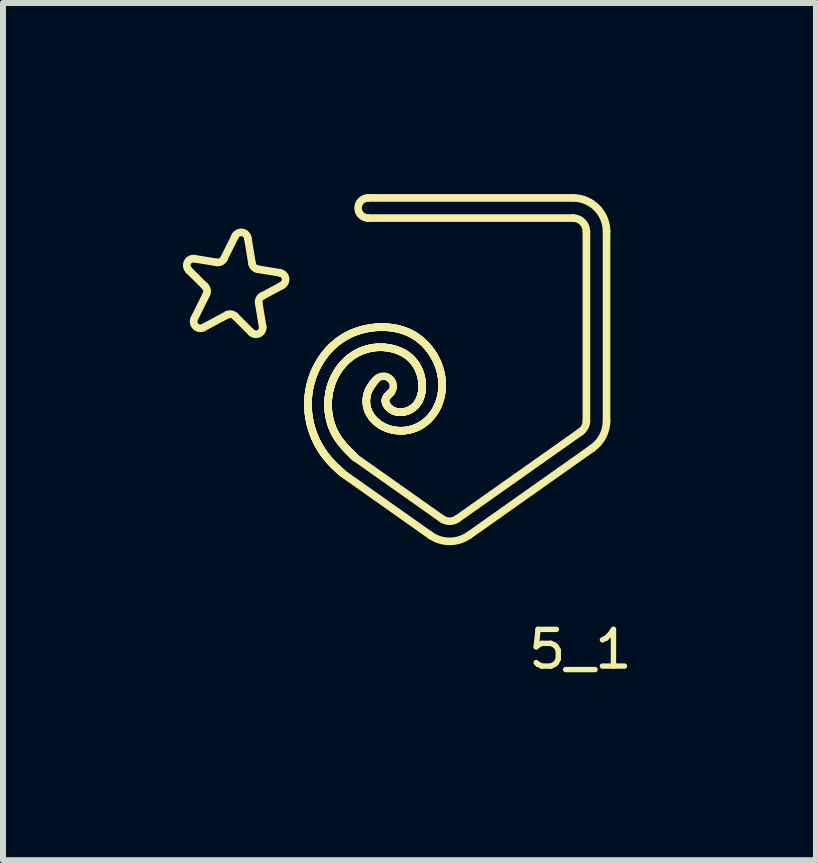
<source format=kicad_pcb>
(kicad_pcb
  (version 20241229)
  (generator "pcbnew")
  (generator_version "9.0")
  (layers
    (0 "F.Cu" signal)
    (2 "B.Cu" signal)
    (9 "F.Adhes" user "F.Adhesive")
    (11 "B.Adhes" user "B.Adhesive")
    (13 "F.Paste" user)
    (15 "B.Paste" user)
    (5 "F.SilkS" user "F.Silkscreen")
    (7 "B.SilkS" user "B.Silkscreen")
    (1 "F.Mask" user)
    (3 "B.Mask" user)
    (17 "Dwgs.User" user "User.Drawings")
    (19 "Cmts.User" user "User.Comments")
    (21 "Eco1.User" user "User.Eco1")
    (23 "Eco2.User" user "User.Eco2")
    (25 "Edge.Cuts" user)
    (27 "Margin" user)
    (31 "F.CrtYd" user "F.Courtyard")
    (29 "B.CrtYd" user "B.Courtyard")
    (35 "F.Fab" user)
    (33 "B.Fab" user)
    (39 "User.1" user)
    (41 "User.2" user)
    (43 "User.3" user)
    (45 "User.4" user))
  (footprint "5_1"
    (layer "F.Cu")
    (at 7.064 0.25)
    (property "Reference" "5_1" (at -0.437 7.528 0) (unlocked yes) (layer "F.SilkS") (effects (font (size 0.612 0.644) (thickness 0.09))))
    (attr smd)
    (fp_line (start -6.694 1.476) (end -6.967 1.204) (stroke (width 0.127) (type solid)) (layer "F.SilkS"))
    (fp_line (start -6.672 1.605) (end -6.874 2.012) (stroke (width 0.127) (type solid)) (layer "F.SilkS"))
    (fp_line (start -6.499 1.075) (end -6.87 1.014) (stroke (width 0.127) (type solid)) (layer "F.SilkS"))
    (fp_line (start -6.329 1.951) (end -6.721 2.161) (stroke (width 0.127) (type solid)) (layer "F.SilkS"))
    (fp_line (start -6.193 0.637) (end -6.38 1.014) (stroke (width 0.127) (type solid)) (layer "F.SilkS"))
    (fp_line (start -5.925 2.242) (end -6.197 1.97) (stroke (width 0.127) (type solid)) (layer "F.SilkS"))
    (fp_line (start -5.911 1.096) (end -5.982 0.668) (stroke (width 0.127) (type solid)) (layer "F.SilkS"))
    (fp_line (start -5.735 2.144) (end -5.8 1.754) (stroke (width 0.127) (type solid)) (layer "F.SilkS"))
    (fp_line (start -5.445 1.249) (end -5.819 1.188) (stroke (width 0.127) (type solid)) (layer "F.SilkS"))
    (fp_line (start -5.411 1.459) (end -5.743 1.637) (stroke (width 0.127) (type solid)) (layer "F.SilkS"))
    (fp_line (start -4.979 3.427) (end -4.979 3.44) (stroke (width 0.127) (type solid)) (layer "F.SilkS"))
    (fp_line (start -4.979 3.452) (end -4.979 3.44) (stroke (width 0.127) (type solid)) (layer "F.SilkS"))
    (fp_line (start -4.979 3.465) (end -4.979 3.452) (stroke (width 0.127) (type solid)) (layer "F.SilkS"))
    (fp_line (start -4.979 3.415) (end -4.979 3.427) (stroke (width 0.127) (type solid)) (layer "F.SilkS"))
    (fp_line (start -4.978 3.477) (end -4.979 3.465) (stroke (width 0.127) (type solid)) (layer "F.SilkS"))
    (fp_line (start -4.978 3.402) (end -4.979 3.415) (stroke (width 0.127) (type solid)) (layer "F.SilkS"))
    (fp_line (start -4.978 3.49) (end -4.978 3.477) (stroke (width 0.127) (type solid)) (layer "F.SilkS"))
    (fp_line (start -4.978 3.39) (end -4.978 3.402) (stroke (width 0.127) (type solid)) (layer "F.SilkS"))
    (fp_line (start -4.977 3.502) (end -4.978 3.49) (stroke (width 0.127) (type solid)) (layer "F.SilkS"))
    (fp_line (start -4.977 3.377) (end -4.978 3.39) (stroke (width 0.127) (type solid)) (layer "F.SilkS"))
    (fp_line (start -4.977 3.515) (end -4.977 3.502) (stroke (width 0.127) (type solid)) (layer "F.SilkS"))
    (fp_line (start -4.977 3.365) (end -4.977 3.377) (stroke (width 0.127) (type solid)) (layer "F.SilkS"))
    (fp_line (start -4.976 3.527) (end -4.977 3.515) (stroke (width 0.127) (type solid)) (layer "F.SilkS"))
    (fp_line (start -4.976 3.352) (end -4.977 3.365) (stroke (width 0.127) (type solid)) (layer "F.SilkS"))
    (fp_line (start -4.975 3.54) (end -4.976 3.527) (stroke (width 0.127) (type solid)) (layer "F.SilkS"))
    (fp_line (start -4.975 3.34) (end -4.976 3.352) (stroke (width 0.127) (type solid)) (layer "F.SilkS"))
    (fp_line (start -4.974 3.552) (end -4.975 3.54) (stroke (width 0.127) (type solid)) (layer "F.SilkS"))
    (fp_line (start -4.974 3.327) (end -4.975 3.34) (stroke (width 0.127) (type solid)) (layer "F.SilkS"))
    (fp_line (start -4.973 3.565) (end -4.974 3.552) (stroke (width 0.127) (type solid)) (layer "F.SilkS"))
    (fp_line (start -4.973 3.315) (end -4.974 3.327) (stroke (width 0.127) (type solid)) (layer "F.SilkS"))
    (fp_line (start -4.972 3.577) (end -4.973 3.565) (stroke (width 0.127) (type solid)) (layer "F.SilkS"))
    (fp_line (start -4.972 3.302) (end -4.973 3.315) (stroke (width 0.127) (type solid)) (layer "F.SilkS"))
    (fp_line (start -4.971 3.59) (end -4.972 3.577) (stroke (width 0.127) (type solid)) (layer "F.SilkS"))
    (fp_line (start -4.971 3.29) (end -4.972 3.302) (stroke (width 0.127) (type solid)) (layer "F.SilkS"))
    (fp_line (start -4.969 3.602) (end -4.971 3.59) (stroke (width 0.127) (type solid)) (layer "F.SilkS"))
    (fp_line (start -4.969 3.277) (end -4.971 3.29) (stroke (width 0.127) (type solid)) (layer "F.SilkS"))
    (fp_line (start -4.968 3.615) (end -4.969 3.602) (stroke (width 0.127) (type solid)) (layer "F.SilkS"))
    (fp_line (start -4.968 3.265) (end -4.969 3.277) (stroke (width 0.127) (type solid)) (layer "F.SilkS"))
    (fp_line (start -4.966 3.627) (end -4.968 3.615) (stroke (width 0.127) (type solid)) (layer "F.SilkS"))
    (fp_line (start -4.966 3.252) (end -4.968 3.265) (stroke (width 0.127) (type solid)) (layer "F.SilkS"))
    (fp_line (start -4.964 3.64) (end -4.966 3.627) (stroke (width 0.127) (type solid)) (layer "F.SilkS"))
    (fp_line (start -4.964 3.24) (end -4.966 3.252) (stroke (width 0.127) (type solid)) (layer "F.SilkS"))
    (fp_line (start -4.962 3.652) (end -4.964 3.64) (stroke (width 0.127) (type solid)) (layer "F.SilkS"))
    (fp_line (start -4.962 3.227) (end -4.964 3.24) (stroke (width 0.127) (type solid)) (layer "F.SilkS"))
    (fp_line (start -4.96 3.665) (end -4.962 3.652) (stroke (width 0.127) (type solid)) (layer "F.SilkS"))
    (fp_line (start -4.96 3.215) (end -4.962 3.227) (stroke (width 0.127) (type solid)) (layer "F.SilkS"))
    (fp_line (start -4.958 3.677) (end -4.96 3.665) (stroke (width 0.127) (type solid)) (layer "F.SilkS"))
    (fp_line (start -4.958 3.203) (end -4.96 3.215) (stroke (width 0.127) (type solid)) (layer "F.SilkS"))
    (fp_line (start -4.956 3.689) (end -4.958 3.677) (stroke (width 0.127) (type solid)) (layer "F.SilkS"))
    (fp_line (start -4.956 3.19) (end -4.958 3.203) (stroke (width 0.127) (type solid)) (layer "F.SilkS"))
    (fp_line (start -4.954 3.702) (end -4.956 3.689) (stroke (width 0.127) (type solid)) (layer "F.SilkS"))
    (fp_line (start -4.954 3.178) (end -4.956 3.19) (stroke (width 0.127) (type solid)) (layer "F.SilkS"))
    (fp_line (start -4.951 3.714) (end -4.954 3.702) (stroke (width 0.127) (type solid)) (layer "F.SilkS"))
    (fp_line (start -4.951 3.166) (end -4.954 3.178) (stroke (width 0.127) (type solid)) (layer "F.SilkS"))
    (fp_line (start -4.949 3.726) (end -4.951 3.714) (stroke (width 0.127) (type solid)) (layer "F.SilkS"))
    (fp_line (start -4.949 3.153) (end -4.951 3.166) (stroke (width 0.127) (type solid)) (layer "F.SilkS"))
    (fp_line (start -4.946 3.738) (end -4.949 3.726) (stroke (width 0.127) (type solid)) (layer "F.SilkS"))
    (fp_line (start -4.946 3.141) (end -4.949 3.153) (stroke (width 0.127) (type solid)) (layer "F.SilkS"))
    (fp_line (start -4.944 3.751) (end -4.946 3.738) (stroke (width 0.127) (type solid)) (layer "F.SilkS"))
    (fp_line (start -4.943 3.129) (end -4.946 3.141) (stroke (width 0.127) (type solid)) (layer "F.SilkS"))
    (fp_line (start -4.941 3.763) (end -4.944 3.751) (stroke (width 0.127) (type solid)) (layer "F.SilkS"))
    (fp_line (start -4.94 3.117) (end -4.943 3.129) (stroke (width 0.127) (type solid)) (layer "F.SilkS"))
    (fp_line (start -4.938 3.775) (end -4.941 3.763) (stroke (width 0.127) (type solid)) (layer "F.SilkS"))
    (fp_line (start -4.937 3.104) (end -4.94 3.117) (stroke (width 0.127) (type solid)) (layer "F.SilkS"))
    (fp_line (start -4.935 3.787) (end -4.938 3.775) (stroke (width 0.127) (type solid)) (layer "F.SilkS"))
    (fp_line (start -4.934 3.092) (end -4.937 3.104) (stroke (width 0.127) (type solid)) (layer "F.SilkS"))
    (fp_line (start -4.931 3.799) (end -4.935 3.787) (stroke (width 0.127) (type solid)) (layer "F.SilkS"))
    (fp_line (start -4.931 3.08) (end -4.934 3.092) (stroke (width 0.127) (type solid)) (layer "F.SilkS"))
    (fp_line (start -4.928 3.812) (end -4.931 3.799) (stroke (width 0.127) (type solid)) (layer "F.SilkS"))
    (fp_line (start -4.928 3.068) (end -4.931 3.08) (stroke (width 0.127) (type solid)) (layer "F.SilkS"))
    (fp_line (start -4.925 3.824) (end -4.928 3.812) (stroke (width 0.127) (type solid)) (layer "F.SilkS"))
    (fp_line (start -4.924 3.056) (end -4.928 3.068) (stroke (width 0.127) (type solid)) (layer "F.SilkS"))
    (fp_line (start -4.921 3.836) (end -4.925 3.824) (stroke (width 0.127) (type solid)) (layer "F.SilkS"))
    (fp_line (start -4.921 3.044) (end -4.924 3.056) (stroke (width 0.127) (type solid)) (layer "F.SilkS"))
    (fp_line (start -4.918 3.848) (end -4.921 3.836) (stroke (width 0.127) (type solid)) (layer "F.SilkS"))
    (fp_line (start -4.917 3.032) (end -4.921 3.044) (stroke (width 0.127) (type solid)) (layer "F.SilkS"))
    (fp_line (start -4.914 3.86) (end -4.918 3.848) (stroke (width 0.127) (type solid)) (layer "F.SilkS"))
    (fp_line (start -4.913 3.02) (end -4.917 3.032) (stroke (width 0.127) (type solid)) (layer "F.SilkS"))
    (fp_line (start -4.91 3.872) (end -4.914 3.86) (stroke (width 0.127) (type solid)) (layer "F.SilkS"))
    (fp_line (start -4.909 3.008) (end -4.913 3.02) (stroke (width 0.127) (type solid)) (layer "F.SilkS"))
    (fp_line (start -4.906 3.884) (end -4.91 3.872) (stroke (width 0.127) (type solid)) (layer "F.SilkS"))
    (fp_line (start -4.905 2.996) (end -4.909 3.008) (stroke (width 0.127) (type solid)) (layer "F.SilkS"))
    (fp_line (start -4.902 3.896) (end -4.906 3.884) (stroke (width 0.127) (type solid)) (layer "F.SilkS"))
    (fp_line (start -4.901 2.984) (end -4.905 2.996) (stroke (width 0.127) (type solid)) (layer "F.SilkS"))
    (fp_line (start -4.898 3.907) (end -4.902 3.896) (stroke (width 0.127) (type solid)) (layer "F.SilkS"))
    (fp_line (start -4.897 2.972) (end -4.901 2.984) (stroke (width 0.127) (type solid)) (layer "F.SilkS"))
    (fp_line (start -4.894 3.919) (end -4.898 3.907) (stroke (width 0.127) (type solid)) (layer "F.SilkS"))
    (fp_line (start -4.892 2.96) (end -4.897 2.972) (stroke (width 0.127) (type solid)) (layer "F.SilkS"))
    (fp_line (start -4.89 3.931) (end -4.894 3.919) (stroke (width 0.127) (type solid)) (layer "F.SilkS"))
    (fp_line (start -4.888 2.949) (end -4.892 2.96) (stroke (width 0.127) (type solid)) (layer "F.SilkS"))
    (fp_line (start -4.885 3.943) (end -4.89 3.931) (stroke (width 0.127) (type solid)) (layer "F.SilkS"))
    (fp_line (start -4.883 2.937) (end -4.888 2.949) (stroke (width 0.127) (type solid)) (layer "F.SilkS"))
    (fp_line (start -4.881 3.954) (end -4.885 3.943) (stroke (width 0.127) (type solid)) (layer "F.SilkS"))
    (fp_line (start -4.879 2.925) (end -4.883 2.937) (stroke (width 0.127) (type solid)) (layer "F.SilkS"))
    (fp_line (start -4.876 3.966) (end -4.881 3.954) (stroke (width 0.127) (type solid)) (layer "F.SilkS"))
    (fp_line (start -4.874 2.913) (end -4.879 2.925) (stroke (width 0.127) (type solid)) (layer "F.SilkS"))
    (fp_line (start -4.871 3.978) (end -4.876 3.966) (stroke (width 0.127) (type solid)) (layer "F.SilkS"))
    (fp_line (start -4.869 2.902) (end -4.874 2.913) (stroke (width 0.127) (type solid)) (layer "F.SilkS"))
    (fp_line (start -4.867 3.989) (end -4.871 3.978) (stroke (width 0.127) (type solid)) (layer "F.SilkS"))
    (fp_line (start -4.864 2.89) (end -4.869 2.902) (stroke (width 0.127) (type solid)) (layer "F.SilkS"))
    (fp_line (start -4.862 4.001) (end -4.867 3.989) (stroke (width 0.127) (type solid)) (layer "F.SilkS"))
    (fp_line (start -4.859 2.879) (end -4.864 2.89) (stroke (width 0.127) (type solid)) (layer "F.SilkS"))
    (fp_line (start -4.857 4.012) (end -4.862 4.001) (stroke (width 0.127) (type solid)) (layer "F.SilkS"))
    (fp_line (start -4.853 2.867) (end -4.859 2.879) (stroke (width 0.127) (type solid)) (layer "F.SilkS"))
    (fp_line (start -4.851 4.024) (end -4.857 4.012) (stroke (width 0.127) (type solid)) (layer "F.SilkS"))
    (fp_line (start -4.848 2.856) (end -4.853 2.867) (stroke (width 0.127) (type solid)) (layer "F.SilkS"))
    (fp_line (start -4.846 4.035) (end -4.851 4.024) (stroke (width 0.127) (type solid)) (layer "F.SilkS"))
    (fp_line (start -4.843 2.844) (end -4.848 2.856) (stroke (width 0.127) (type solid)) (layer "F.SilkS"))
    (fp_line (start -4.841 4.046) (end -4.846 4.035) (stroke (width 0.127) (type solid)) (layer "F.SilkS"))
    (fp_line (start -4.837 2.833) (end -4.843 2.844) (stroke (width 0.127) (type solid)) (layer "F.SilkS"))
    (fp_line (start -4.835 4.058) (end -4.841 4.046) (stroke (width 0.127) (type solid)) (layer "F.SilkS"))
    (fp_line (start -4.831 2.822) (end -4.837 2.833) (stroke (width 0.127) (type solid)) (layer "F.SilkS"))
    (fp_line (start -4.83 4.069) (end -4.835 4.058) (stroke (width 0.127) (type solid)) (layer "F.SilkS"))
    (fp_line (start -4.826 2.81) (end -4.831 2.822) (stroke (width 0.127) (type solid)) (layer "F.SilkS"))
    (fp_line (start -4.824 4.08) (end -4.83 4.069) (stroke (width 0.127) (type solid)) (layer "F.SilkS"))
    (fp_line (start -4.82 2.799) (end -4.826 2.81) (stroke (width 0.127) (type solid)) (layer "F.SilkS"))
    (fp_line (start -4.819 4.091) (end -4.824 4.08) (stroke (width 0.127) (type solid)) (layer "F.SilkS"))
    (fp_line (start -4.814 2.788) (end -4.82 2.799) (stroke (width 0.127) (type solid)) (layer "F.SilkS"))
    (fp_line (start -4.813 4.102) (end -4.819 4.091) (stroke (width 0.127) (type solid)) (layer "F.SilkS"))
    (fp_line (start -4.808 2.777) (end -4.814 2.788) (stroke (width 0.127) (type solid)) (layer "F.SilkS"))
    (fp_line (start -4.807 4.113) (end -4.813 4.102) (stroke (width 0.127) (type solid)) (layer "F.SilkS"))
    (fp_line (start -4.801 2.766) (end -4.808 2.777) (stroke (width 0.127) (type solid)) (layer "F.SilkS"))
    (fp_line (start -4.801 4.124) (end -4.807 4.113) (stroke (width 0.127) (type solid)) (layer "F.SilkS"))
    (fp_line (start -4.795 2.755) (end -4.801 2.766) (stroke (width 0.127) (type solid)) (layer "F.SilkS"))
    (fp_line (start -4.795 4.135) (end -4.801 4.124) (stroke (width 0.127) (type solid)) (layer "F.SilkS"))
    (fp_line (start -4.789 2.744) (end -4.795 2.755) (stroke (width 0.127) (type solid)) (layer "F.SilkS"))
    (fp_line (start -4.788 4.146) (end -4.795 4.135) (stroke (width 0.127) (type solid)) (layer "F.SilkS"))
    (fp_line (start -4.782 4.157) (end -4.788 4.146) (stroke (width 0.127) (type solid)) (layer "F.SilkS"))
    (fp_line (start -4.782 2.733) (end -4.789 2.744) (stroke (width 0.127) (type solid)) (layer "F.SilkS"))
    (fp_line (start -4.776 4.168) (end -4.782 4.157) (stroke (width 0.127) (type solid)) (layer "F.SilkS"))
    (fp_line (start -4.775 2.722) (end -4.782 2.733) (stroke (width 0.127) (type solid)) (layer "F.SilkS"))
    (fp_line (start -4.769 4.178) (end -4.776 4.168) (stroke (width 0.127) (type solid)) (layer "F.SilkS"))
    (fp_line (start -4.769 2.712) (end -4.775 2.722) (stroke (width 0.127) (type solid)) (layer "F.SilkS"))
    (fp_line (start -4.763 4.189) (end -4.769 4.178) (stroke (width 0.127) (type solid)) (layer "F.SilkS"))
    (fp_line (start -4.762 2.701) (end -4.769 2.712) (stroke (width 0.127) (type solid)) (layer "F.SilkS"))
    (fp_line (start -4.756 4.2) (end -4.763 4.189) (stroke (width 0.127) (type solid)) (layer "F.SilkS"))
    (fp_line (start -4.755 2.69) (end -4.762 2.701) (stroke (width 0.127) (type solid)) (layer "F.SilkS"))
    (fp_line (start -4.749 4.21) (end -4.756 4.2) (stroke (width 0.127) (type solid)) (layer "F.SilkS"))
    (fp_line (start -4.748 2.68) (end -4.755 2.69) (stroke (width 0.127) (type solid)) (layer "F.SilkS"))
    (fp_line (start -4.742 4.221) (end -4.749 4.21) (stroke (width 0.127) (type solid)) (layer "F.SilkS"))
    (fp_line (start -4.741 2.669) (end -4.748 2.68) (stroke (width 0.127) (type solid)) (layer "F.SilkS"))
    (fp_line (start -4.735 4.231) (end -4.742 4.221) (stroke (width 0.127) (type solid)) (layer "F.SilkS"))
    (fp_line (start -4.733 2.659) (end -4.741 2.669) (stroke (width 0.127) (type solid)) (layer "F.SilkS"))
    (fp_line (start -4.728 4.241) (end -4.735 4.231) (stroke (width 0.127) (type solid)) (layer "F.SilkS"))
    (fp_line (start -4.726 2.649) (end -4.733 2.659) (stroke (width 0.127) (type solid)) (layer "F.SilkS"))
    (fp_line (start -4.721 4.251) (end -4.728 4.241) (stroke (width 0.127) (type solid)) (layer "F.SilkS"))
    (fp_line (start -4.719 2.638) (end -4.726 2.649) (stroke (width 0.127) (type solid)) (layer "F.SilkS"))
    (fp_line (start -4.714 4.262) (end -4.721 4.251) (stroke (width 0.127) (type solid)) (layer "F.SilkS"))
    (fp_line (start -4.711 2.628) (end -4.719 2.638) (stroke (width 0.127) (type solid)) (layer "F.SilkS"))
    (fp_line (start -4.707 4.272) (end -4.714 4.262) (stroke (width 0.127) (type solid)) (layer "F.SilkS"))
    (fp_line (start -4.704 2.618) (end -4.711 2.628) (stroke (width 0.127) (type solid)) (layer "F.SilkS"))
    (fp_line (start -4.699 4.282) (end -4.707 4.272) (stroke (width 0.127) (type solid)) (layer "F.SilkS"))
    (fp_line (start -4.696 2.608) (end -4.704 2.618) (stroke (width 0.127) (type solid)) (layer "F.SilkS"))
    (fp_line (start -4.692 4.292) (end -4.699 4.282) (stroke (width 0.127) (type solid)) (layer "F.SilkS"))
    (fp_line (start -4.688 2.598) (end -4.696 2.608) (stroke (width 0.127) (type solid)) (layer "F.SilkS"))
    (fp_line (start -4.684 4.302) (end -4.692 4.292) (stroke (width 0.127) (type solid)) (layer "F.SilkS"))
    (fp_line (start -4.68 2.588) (end -4.688 2.598) (stroke (width 0.127) (type solid)) (layer "F.SilkS"))
    (fp_line (start -4.676 4.312) (end -4.684 4.302) (stroke (width 0.127) (type solid)) (layer "F.SilkS"))
    (fp_line (start -4.672 2.579) (end -4.68 2.588) (stroke (width 0.127) (type solid)) (layer "F.SilkS"))
    (fp_line (start -4.669 4.321) (end -4.676 4.312) (stroke (width 0.127) (type solid)) (layer "F.SilkS"))
    (fp_line (start -4.664 2.569) (end -4.672 2.579) (stroke (width 0.127) (type solid)) (layer "F.SilkS"))
    (fp_line (start -4.661 4.331) (end -4.669 4.321) (stroke (width 0.127) (type solid)) (layer "F.SilkS"))
    (fp_line (start -4.656 2.559) (end -4.664 2.569) (stroke (width 0.127) (type solid)) (layer "F.SilkS"))
    (fp_line (start -4.653 4.341) (end -4.661 4.331) (stroke (width 0.127) (type solid)) (layer "F.SilkS"))
    (fp_line (start -4.647 2.55) (end -4.656 2.559) (stroke (width 0.127) (type solid)) (layer "F.SilkS"))
    (fp_line (start -4.645 4.35) (end -4.653 4.341) (stroke (width 0.127) (type solid)) (layer "F.SilkS"))
    (fp_line (start -4.644 3.453) (end -4.644 3.442) (stroke (width 0.127) (type solid)) (layer "F.SilkS"))
    (fp_line (start -4.644 3.432) (end -4.644 3.442) (stroke (width 0.127) (type solid)) (layer "F.SilkS"))
    (fp_line (start -4.644 3.463) (end -4.644 3.453) (stroke (width 0.127) (type solid)) (layer "F.SilkS"))
    (fp_line (start -4.644 3.421) (end -4.644 3.432) (stroke (width 0.127) (type solid)) (layer "F.SilkS"))
    (fp_line (start -4.643 3.474) (end -4.644 3.463) (stroke (width 0.127) (type solid)) (layer "F.SilkS"))
    (fp_line (start -4.643 3.411) (end -4.644 3.421) (stroke (width 0.127) (type solid)) (layer "F.SilkS"))
    (fp_line (start -4.643 3.484) (end -4.643 3.474) (stroke (width 0.127) (type solid)) (layer "F.SilkS"))
    (fp_line (start -4.643 3.4) (end -4.643 3.411) (stroke (width 0.127) (type solid)) (layer "F.SilkS"))
    (fp_line (start -4.643 3.495) (end -4.643 3.484) (stroke (width 0.127) (type solid)) (layer "F.SilkS"))
    (fp_line (start -4.642 3.39) (end -4.643 3.4) (stroke (width 0.127) (type solid)) (layer "F.SilkS"))
    (fp_line (start -4.642 3.505) (end -4.643 3.495) (stroke (width 0.127) (type solid)) (layer "F.SilkS"))
    (fp_line (start -4.642 3.379) (end -4.642 3.39) (stroke (width 0.127) (type solid)) (layer "F.SilkS"))
    (fp_line (start -4.641 3.516) (end -4.642 3.505) (stroke (width 0.127) (type solid)) (layer "F.SilkS"))
    (fp_line (start -4.641 3.369) (end -4.642 3.379) (stroke (width 0.127) (type solid)) (layer "F.SilkS"))
    (fp_line (start -4.641 3.526) (end -4.641 3.516) (stroke (width 0.127) (type solid)) (layer "F.SilkS"))
    (fp_line (start -4.64 3.358) (end -4.641 3.369) (stroke (width 0.127) (type solid)) (layer "F.SilkS"))
    (fp_line (start -4.64 3.537) (end -4.641 3.526) (stroke (width 0.127) (type solid)) (layer "F.SilkS"))
    (fp_line (start -4.639 3.348) (end -4.64 3.358) (stroke (width 0.127) (type solid)) (layer "F.SilkS"))
    (fp_line (start -4.639 3.547) (end -4.64 3.537) (stroke (width 0.127) (type solid)) (layer "F.SilkS"))
    (fp_line (start -4.639 2.54) (end -4.647 2.55) (stroke (width 0.127) (type solid)) (layer "F.SilkS"))
    (fp_line (start -4.638 3.338) (end -4.639 3.348) (stroke (width 0.127) (type solid)) (layer "F.SilkS"))
    (fp_line (start -4.638 3.557) (end -4.639 3.547) (stroke (width 0.127) (type solid)) (layer "F.SilkS"))
    (fp_line (start -4.637 3.327) (end -4.638 3.338) (stroke (width 0.127) (type solid)) (layer "F.SilkS"))
    (fp_line (start -4.637 4.36) (end -4.645 4.35) (stroke (width 0.127) (type solid)) (layer "F.SilkS"))
    (fp_line (start -4.637 3.568) (end -4.638 3.557) (stroke (width 0.127) (type solid)) (layer "F.SilkS"))
    (fp_line (start -4.636 3.317) (end -4.637 3.327) (stroke (width 0.127) (type solid)) (layer "F.SilkS"))
    (fp_line (start -4.636 3.578) (end -4.637 3.568) (stroke (width 0.127) (type solid)) (layer "F.SilkS"))
    (fp_line (start -4.635 3.307) (end -4.636 3.317) (stroke (width 0.127) (type solid)) (layer "F.SilkS"))
    (fp_line (start -4.634 3.589) (end -4.636 3.578) (stroke (width 0.127) (type solid)) (layer "F.SilkS"))
    (fp_line (start -4.633 3.296) (end -4.635 3.307) (stroke (width 0.127) (type solid)) (layer "F.SilkS"))
    (fp_line (start -4.633 3.599) (end -4.634 3.589) (stroke (width 0.127) (type solid)) (layer "F.SilkS"))
    (fp_line (start -4.632 3.286) (end -4.633 3.296) (stroke (width 0.127) (type solid)) (layer "F.SilkS"))
    (fp_line (start -4.631 3.609) (end -4.633 3.599) (stroke (width 0.127) (type solid)) (layer "F.SilkS"))
    (fp_line (start -4.63 2.531) (end -4.639 2.54) (stroke (width 0.127) (type solid)) (layer "F.SilkS"))
    (fp_line (start -4.63 3.276) (end -4.632 3.286) (stroke (width 0.127) (type solid)) (layer "F.SilkS"))
    (fp_line (start -4.63 3.62) (end -4.631 3.609) (stroke (width 0.127) (type solid)) (layer "F.SilkS"))
    (fp_line (start -4.629 4.369) (end -4.637 4.36) (stroke (width 0.127) (type solid)) (layer "F.SilkS"))
    (fp_line (start -4.629 3.265) (end -4.63 3.276) (stroke (width 0.127) (type solid)) (layer "F.SilkS"))
    (fp_line (start -4.628 3.63) (end -4.63 3.62) (stroke (width 0.127) (type solid)) (layer "F.SilkS"))
    (fp_line (start -4.627 3.255) (end -4.629 3.265) (stroke (width 0.127) (type solid)) (layer "F.SilkS"))
    (fp_line (start -4.626 3.64) (end -4.628 3.63) (stroke (width 0.127) (type solid)) (layer "F.SilkS"))
    (fp_line (start -4.625 3.245) (end -4.627 3.255) (stroke (width 0.127) (type solid)) (layer "F.SilkS"))
    (fp_line (start -4.624 3.651) (end -4.626 3.64) (stroke (width 0.127) (type solid)) (layer "F.SilkS"))
    (fp_line (start -4.623 3.235) (end -4.625 3.245) (stroke (width 0.127) (type solid)) (layer "F.SilkS"))
    (fp_line (start -4.622 3.661) (end -4.624 3.651) (stroke (width 0.127) (type solid)) (layer "F.SilkS"))
    (fp_line (start -4.622 2.522) (end -4.63 2.531) (stroke (width 0.127) (type solid)) (layer "F.SilkS"))
    (fp_line (start -4.621 3.225) (end -4.623 3.235) (stroke (width 0.127) (type solid)) (layer "F.SilkS"))
    (fp_line (start -4.621 4.378) (end -4.629 4.369) (stroke (width 0.127) (type solid)) (layer "F.SilkS"))
    (fp_line (start -4.62 3.671) (end -4.622 3.661) (stroke (width 0.127) (type solid)) (layer "F.SilkS"))
    (fp_line (start -4.619 3.214) (end -4.621 3.225) (stroke (width 0.127) (type solid)) (layer "F.SilkS"))
    (fp_line (start -4.618 3.682) (end -4.62 3.671) (stroke (width 0.127) (type solid)) (layer "F.SilkS"))
    (fp_line (start -4.616 3.204) (end -4.619 3.214) (stroke (width 0.127) (type solid)) (layer "F.SilkS"))
    (fp_line (start -4.615 3.692) (end -4.618 3.682) (stroke (width 0.127) (type solid)) (layer "F.SilkS"))
    (fp_line (start -4.614 3.194) (end -4.616 3.204) (stroke (width 0.127) (type solid)) (layer "F.SilkS"))
    (fp_line (start -4.613 2.513) (end -4.622 2.522) (stroke (width 0.127) (type solid)) (layer "F.SilkS"))
    (fp_line (start -4.613 3.702) (end -4.615 3.692) (stroke (width 0.127) (type solid)) (layer "F.SilkS"))
    (fp_line (start -4.612 4.388) (end -4.621 4.378) (stroke (width 0.127) (type solid)) (layer "F.SilkS"))
    (fp_line (start -4.611 3.184) (end -4.614 3.194) (stroke (width 0.127) (type solid)) (layer "F.SilkS"))
    (fp_line (start -4.61 3.712) (end -4.613 3.702) (stroke (width 0.127) (type solid)) (layer "F.SilkS"))
    (fp_line (start -4.609 3.174) (end -4.611 3.184) (stroke (width 0.127) (type solid)) (layer "F.SilkS"))
    (fp_line (start -4.608 3.722) (end -4.61 3.712) (stroke (width 0.127) (type solid)) (layer "F.SilkS"))
    (fp_line (start -4.606 3.164) (end -4.609 3.174) (stroke (width 0.127) (type solid)) (layer "F.SilkS"))
    (fp_line (start -4.605 3.732) (end -4.608 3.722) (stroke (width 0.127) (type solid)) (layer "F.SilkS"))
    (fp_line (start -4.604 2.504) (end -4.613 2.513) (stroke (width 0.127) (type solid)) (layer "F.SilkS"))
    (fp_line (start -4.604 4.397) (end -4.612 4.388) (stroke (width 0.127) (type solid)) (layer "F.SilkS"))
    (fp_line (start -4.603 3.154) (end -4.606 3.164) (stroke (width 0.127) (type solid)) (layer "F.SilkS"))
    (fp_line (start -4.602 3.742) (end -4.605 3.732) (stroke (width 0.127) (type solid)) (layer "F.SilkS"))
    (fp_line (start -4.6 3.144) (end -4.603 3.154) (stroke (width 0.127) (type solid)) (layer "F.SilkS"))
    (fp_line (start -4.599 3.752) (end -4.602 3.742) (stroke (width 0.127) (type solid)) (layer "F.SilkS"))
    (fp_line (start -4.597 3.134) (end -4.6 3.144) (stroke (width 0.127) (type solid)) (layer "F.SilkS"))
    (fp_line (start -4.596 3.762) (end -4.599 3.752) (stroke (width 0.127) (type solid)) (layer "F.SilkS"))
    (fp_line (start -4.596 2.495) (end -4.604 2.504) (stroke (width 0.127) (type solid)) (layer "F.SilkS"))
    (fp_line (start -4.595 4.406) (end -4.604 4.397) (stroke (width 0.127) (type solid)) (layer "F.SilkS"))
    (fp_line (start -4.594 3.124) (end -4.597 3.134) (stroke (width 0.127) (type solid)) (layer "F.SilkS"))
    (fp_line (start -4.593 3.772) (end -4.596 3.762) (stroke (width 0.127) (type solid)) (layer "F.SilkS"))
    (fp_line (start -4.591 3.115) (end -4.594 3.124) (stroke (width 0.127) (type solid)) (layer "F.SilkS"))
    (fp_line (start -4.59 3.782) (end -4.593 3.772) (stroke (width 0.127) (type solid)) (layer "F.SilkS"))
    (fp_line (start -4.588 3.105) (end -4.591 3.115) (stroke (width 0.127) (type solid)) (layer "F.SilkS"))
    (fp_line (start -4.587 4.415) (end -4.595 4.406) (stroke (width 0.127) (type solid)) (layer "F.SilkS"))
    (fp_line (start -4.587 2.486) (end -4.596 2.495) (stroke (width 0.127) (type solid)) (layer "F.SilkS"))
    (fp_line (start -4.586 3.792) (end -4.59 3.782) (stroke (width 0.127) (type solid)) (layer "F.SilkS"))
    (fp_line (start -4.584 3.095) (end -4.588 3.105) (stroke (width 0.127) (type solid)) (layer "F.SilkS"))
    (fp_line (start -4.583 3.802) (end -4.586 3.792) (stroke (width 0.127) (type solid)) (layer "F.SilkS"))
    (fp_line (start -4.581 3.085) (end -4.584 3.095) (stroke (width 0.127) (type solid)) (layer "F.SilkS"))
    (fp_line (start -4.579 3.811) (end -4.583 3.802) (stroke (width 0.127) (type solid)) (layer "F.SilkS"))
    (fp_line (start -4.578 4.424) (end -4.587 4.415) (stroke (width 0.127) (type solid)) (layer "F.SilkS"))
    (fp_line (start -4.578 2.477) (end -4.587 2.486) (stroke (width 0.127) (type solid)) (layer "F.SilkS"))
    (fp_line (start -4.577 3.076) (end -4.581 3.085) (stroke (width 0.127) (type solid)) (layer "F.SilkS"))
    (fp_line (start -4.576 3.821) (end -4.579 3.811) (stroke (width 0.127) (type solid)) (layer "F.SilkS"))
    (fp_line (start -4.573 3.066) (end -4.577 3.076) (stroke (width 0.127) (type solid)) (layer "F.SilkS"))
    (fp_line (start -4.572 3.831) (end -4.576 3.821) (stroke (width 0.127) (type solid)) (layer "F.SilkS"))
    (fp_line (start -4.57 3.056) (end -4.573 3.066) (stroke (width 0.127) (type solid)) (layer "F.SilkS"))
    (fp_line (start -4.57 4.433) (end -4.578 4.424) (stroke (width 0.127) (type solid)) (layer "F.SilkS"))
    (fp_line (start -4.568 2.468) (end -4.578 2.477) (stroke (width 0.127) (type solid)) (layer "F.SilkS"))
    (fp_line (start -4.568 3.84) (end -4.572 3.831) (stroke (width 0.127) (type solid)) (layer "F.SilkS"))
    (fp_line (start -4.566 3.047) (end -4.57 3.056) (stroke (width 0.127) (type solid)) (layer "F.SilkS"))
    (fp_line (start -4.564 3.85) (end -4.568 3.84) (stroke (width 0.127) (type solid)) (layer "F.SilkS"))
    (fp_line (start -4.562 3.037) (end -4.566 3.047) (stroke (width 0.127) (type solid)) (layer "F.SilkS"))
    (fp_line (start -4.561 4.442) (end -4.57 4.433) (stroke (width 0.127) (type solid)) (layer "F.SilkS"))
    (fp_line (start -4.56 3.859) (end -4.564 3.85) (stroke (width 0.127) (type solid)) (layer "F.SilkS"))
    (fp_line (start -4.559 2.46) (end -4.568 2.468) (stroke (width 0.127) (type solid)) (layer "F.SilkS"))
    (fp_line (start -4.558 3.028) (end -4.562 3.037) (stroke (width 0.127) (type solid)) (layer "F.SilkS"))
    (fp_line (start -4.556 3.869) (end -4.56 3.859) (stroke (width 0.127) (type solid)) (layer "F.SilkS"))
    (fp_line (start -4.553 3.018) (end -4.558 3.028) (stroke (width 0.127) (type solid)) (layer "F.SilkS"))
    (fp_line (start -4.552 4.451) (end -4.561 4.442) (stroke (width 0.127) (type solid)) (layer "F.SilkS"))
    (fp_line (start -4.552 3.878) (end -4.556 3.869) (stroke (width 0.127) (type solid)) (layer "F.SilkS"))
    (fp_line (start -4.55 2.451) (end -4.559 2.46) (stroke (width 0.127) (type solid)) (layer "F.SilkS"))
    (fp_line (start -4.549 3.009) (end -4.553 3.018) (stroke (width 0.127) (type solid)) (layer "F.SilkS"))
    (fp_line (start -4.547 3.887) (end -4.552 3.878) (stroke (width 0.127) (type solid)) (layer "F.SilkS"))
    (fp_line (start -4.545 3) (end -4.549 3.009) (stroke (width 0.127) (type solid)) (layer "F.SilkS"))
    (fp_line (start -4.543 4.459) (end -4.552 4.451) (stroke (width 0.127) (type solid)) (layer "F.SilkS"))
    (fp_line (start -4.543 3.897) (end -4.547 3.887) (stroke (width 0.127) (type solid)) (layer "F.SilkS"))
    (fp_line (start -4.54 2.443) (end -4.55 2.451) (stroke (width 0.127) (type solid)) (layer "F.SilkS"))
    (fp_line (start -4.54 2.99) (end -4.545 3) (stroke (width 0.127) (type solid)) (layer "F.SilkS"))
    (fp_line (start -4.538 3.906) (end -4.543 3.897) (stroke (width 0.127) (type solid)) (layer "F.SilkS"))
    (fp_line (start -4.536 2.981) (end -4.54 2.99) (stroke (width 0.127) (type solid)) (layer "F.SilkS"))
    (fp_line (start -4.534 4.468) (end -4.543 4.459) (stroke (width 0.127) (type solid)) (layer "F.SilkS"))
    (fp_line (start -4.534 3.915) (end -4.538 3.906) (stroke (width 0.127) (type solid)) (layer "F.SilkS"))
    (fp_line (start -4.531 2.435) (end -4.54 2.443) (stroke (width 0.127) (type solid)) (layer "F.SilkS"))
    (fp_line (start -4.531 2.972) (end -4.536 2.981) (stroke (width 0.127) (type solid)) (layer "F.SilkS"))
    (fp_line (start -4.529 3.924) (end -4.534 3.915) (stroke (width 0.127) (type solid)) (layer "F.SilkS"))
    (fp_line (start -4.526 2.963) (end -4.531 2.972) (stroke (width 0.127) (type solid)) (layer "F.SilkS"))
    (fp_line (start -4.525 4.477) (end -4.534 4.468) (stroke (width 0.127) (type solid)) (layer "F.SilkS"))
    (fp_line (start -4.524 3.933) (end -4.529 3.924) (stroke (width 0.127) (type solid)) (layer "F.SilkS"))
    (fp_line (start -4.521 2.427) (end -4.531 2.435) (stroke (width 0.127) (type solid)) (layer "F.SilkS"))
    (fp_line (start -4.521 2.954) (end -4.526 2.963) (stroke (width 0.127) (type solid)) (layer "F.SilkS"))
    (fp_line (start -4.519 3.942) (end -4.524 3.933) (stroke (width 0.127) (type solid)) (layer "F.SilkS"))
    (fp_line (start -4.516 4.485) (end -4.525 4.477) (stroke (width 0.127) (type solid)) (layer "F.SilkS"))
    (fp_line (start -4.516 2.945) (end -4.521 2.954) (stroke (width 0.127) (type solid)) (layer "F.SilkS"))
    (fp_line (start -4.514 3.951) (end -4.519 3.942) (stroke (width 0.127) (type solid)) (layer "F.SilkS"))
    (fp_line (start -4.512 2.419) (end -4.521 2.427) (stroke (width 0.127) (type solid)) (layer "F.SilkS"))
    (fp_line (start -4.511 2.936) (end -4.516 2.945) (stroke (width 0.127) (type solid)) (layer "F.SilkS"))
    (fp_line (start -4.509 3.96) (end -4.514 3.951) (stroke (width 0.127) (type solid)) (layer "F.SilkS"))
    (fp_line (start -4.507 4.494) (end -4.516 4.485) (stroke (width 0.127) (type solid)) (layer "F.SilkS"))
    (fp_line (start -4.506 2.927) (end -4.511 2.936) (stroke (width 0.127) (type solid)) (layer "F.SilkS"))
    (fp_line (start -4.504 3.969) (end -4.509 3.96) (stroke (width 0.127) (type solid)) (layer "F.SilkS"))
    (fp_line (start -4.502 2.411) (end -4.512 2.419) (stroke (width 0.127) (type solid)) (layer "F.SilkS"))
    (fp_line (start -4.501 2.918) (end -4.506 2.927) (stroke (width 0.127) (type solid)) (layer "F.SilkS"))
    (fp_line (start -4.498 3.977) (end -4.504 3.969) (stroke (width 0.127) (type solid)) (layer "F.SilkS"))
    (fp_line (start -4.498 4.503) (end -4.507 4.494) (stroke (width 0.127) (type solid)) (layer "F.SilkS"))
    (fp_line (start -4.496 2.909) (end -4.501 2.918) (stroke (width 0.127) (type solid)) (layer "F.SilkS"))
    (fp_line (start -4.493 3.986) (end -4.498 3.977) (stroke (width 0.127) (type solid)) (layer "F.SilkS"))
    (fp_line (start -4.492 2.403) (end -4.502 2.411) (stroke (width 0.127) (type solid)) (layer "F.SilkS"))
    (fp_line (start -4.49 2.9) (end -4.496 2.909) (stroke (width 0.127) (type solid)) (layer "F.SilkS"))
    (fp_line (start -4.489 4.511) (end -4.498 4.503) (stroke (width 0.127) (type solid)) (layer "F.SilkS"))
    (fp_line (start -4.487 3.995) (end -4.493 3.986) (stroke (width 0.127) (type solid)) (layer "F.SilkS"))
    (fp_line (start -4.485 2.891) (end -4.49 2.9) (stroke (width 0.127) (type solid)) (layer "F.SilkS"))
    (fp_line (start -4.482 2.395) (end -4.492 2.403) (stroke (width 0.127) (type solid)) (layer "F.SilkS"))
    (fp_line (start -4.482 4.003) (end -4.487 3.995) (stroke (width 0.127) (type solid)) (layer "F.SilkS"))
    (fp_line (start -4.48 4.52) (end -4.489 4.511) (stroke (width 0.127) (type solid)) (layer "F.SilkS"))
    (fp_line (start -4.479 2.883) (end -4.485 2.891) (stroke (width 0.127) (type solid)) (layer "F.SilkS"))
    (fp_line (start -4.476 4.012) (end -4.482 4.003) (stroke (width 0.127) (type solid)) (layer "F.SilkS"))
    (fp_line (start -4.473 2.874) (end -4.479 2.883) (stroke (width 0.127) (type solid)) (layer "F.SilkS"))
    (fp_line (start -4.472 2.388) (end -4.482 2.395) (stroke (width 0.127) (type solid)) (layer "F.SilkS"))
    (fp_line (start -4.471 4.528) (end -4.48 4.52) (stroke (width 0.127) (type solid)) (layer "F.SilkS"))
    (fp_line (start -4.47 4.02) (end -4.476 4.012) (stroke (width 0.127) (type solid)) (layer "F.SilkS"))
    (fp_line (start -4.467 2.865) (end -4.473 2.874) (stroke (width 0.127) (type solid)) (layer "F.SilkS"))
    (fp_line (start -4.465 4.028) (end -4.47 4.02) (stroke (width 0.127) (type solid)) (layer "F.SilkS"))
    (fp_line (start -4.462 2.38) (end -4.472 2.388) (stroke (width 0.127) (type solid)) (layer "F.SilkS"))
    (fp_line (start -4.462 4.537) (end -4.471 4.528) (stroke (width 0.127) (type solid)) (layer "F.SilkS"))
    (fp_line (start -4.462 2.857) (end -4.467 2.865) (stroke (width 0.127) (type solid)) (layer "F.SilkS"))
    (fp_line (start -4.459 4.037) (end -4.465 4.028) (stroke (width 0.127) (type solid)) (layer "F.SilkS"))
    (fp_line (start -4.456 2.849) (end -4.462 2.857) (stroke (width 0.127) (type solid)) (layer "F.SilkS"))
    (fp_line (start -4.453 4.045) (end -4.459 4.037) (stroke (width 0.127) (type solid)) (layer "F.SilkS"))
    (fp_line (start -4.453 4.545) (end -4.462 4.537) (stroke (width 0.127) (type solid)) (layer "F.SilkS"))
    (fp_line (start -4.452 2.373) (end -4.462 2.38) (stroke (width 0.127) (type solid)) (layer "F.SilkS"))
    (fp_line (start -4.449 2.84) (end -4.456 2.849) (stroke (width 0.127) (type solid)) (layer "F.SilkS"))
    (fp_line (start -4.447 4.053) (end -4.453 4.045) (stroke (width 0.127) (type solid)) (layer "F.SilkS"))
    (fp_line (start -4.443 4.554) (end -4.453 4.545) (stroke (width 0.127) (type solid)) (layer "F.SilkS"))
    (fp_line (start -4.443 2.832) (end -4.449 2.84) (stroke (width 0.127) (type solid)) (layer "F.SilkS"))
    (fp_line (start -4.442 2.366) (end -4.452 2.373) (stroke (width 0.127) (type solid)) (layer "F.SilkS"))
    (fp_line (start -4.44 4.061) (end -4.447 4.053) (stroke (width 0.127) (type solid)) (layer "F.SilkS"))
    (fp_line (start -4.437 2.824) (end -4.443 2.832) (stroke (width 0.127) (type solid)) (layer "F.SilkS"))
    (fp_line (start -4.434 4.069) (end -4.44 4.061) (stroke (width 0.127) (type solid)) (layer "F.SilkS"))
    (fp_line (start -4.434 4.562) (end -4.443 4.554) (stroke (width 0.127) (type solid)) (layer "F.SilkS"))
    (fp_line (start -4.432 2.358) (end -4.442 2.366) (stroke (width 0.127) (type solid)) (layer "F.SilkS"))
    (fp_line (start -4.431 2.815) (end -4.437 2.824) (stroke (width 0.127) (type solid)) (layer "F.SilkS"))
    (fp_line (start -4.428 4.077) (end -4.434 4.069) (stroke (width 0.127) (type solid)) (layer "F.SilkS"))
    (fp_line (start -4.425 4.57) (end -4.434 4.562) (stroke (width 0.127) (type solid)) (layer "F.SilkS"))
    (fp_line (start -4.424 2.807) (end -4.431 2.815) (stroke (width 0.127) (type solid)) (layer "F.SilkS"))
    (fp_line (start -4.422 4.086) (end -4.428 4.077) (stroke (width 0.127) (type solid)) (layer "F.SilkS"))
    (fp_line (start -4.421 2.351) (end -4.432 2.358) (stroke (width 0.127) (type solid)) (layer "F.SilkS"))
    (fp_line (start -4.418 2.799) (end -4.424 2.807) (stroke (width 0.127) (type solid)) (layer "F.SilkS"))
    (fp_line (start -4.416 4.579) (end -4.425 4.57) (stroke (width 0.127) (type solid)) (layer "F.SilkS"))
    (fp_line (start -4.415 4.093) (end -4.422 4.086) (stroke (width 0.127) (type solid)) (layer "F.SilkS"))
    (fp_line (start -4.411 2.791) (end -4.418 2.799) (stroke (width 0.127) (type solid)) (layer "F.SilkS"))
    (fp_line (start -4.411 2.345) (end -4.421 2.351) (stroke (width 0.127) (type solid)) (layer "F.SilkS"))
    (fp_line (start -4.409 4.101) (end -4.415 4.093) (stroke (width 0.127) (type solid)) (layer "F.SilkS"))
    (fp_line (start -4.406 4.587) (end -4.416 4.579) (stroke (width 0.127) (type solid)) (layer "F.SilkS"))
    (fp_line (start -4.404 2.783) (end -4.411 2.791) (stroke (width 0.127) (type solid)) (layer "F.SilkS"))
    (fp_line (start -4.402 4.109) (end -4.409 4.101) (stroke (width 0.127) (type solid)) (layer "F.SilkS"))
    (fp_line (start -4.4 2.338) (end -4.411 2.345) (stroke (width 0.127) (type solid)) (layer "F.SilkS"))
    (fp_line (start -4.398 2.776) (end -4.404 2.783) (stroke (width 0.127) (type solid)) (layer "F.SilkS"))
    (fp_line (start -4.397 4.596) (end -4.406 4.587) (stroke (width 0.127) (type solid)) (layer "F.SilkS"))
    (fp_line (start -4.396 4.117) (end -4.402 4.109) (stroke (width 0.127) (type solid)) (layer "F.SilkS"))
    (fp_line (start -4.391 2.768) (end -4.398 2.776) (stroke (width 0.127) (type solid)) (layer "F.SilkS"))
    (fp_line (start -4.389 2.331) (end -4.4 2.338) (stroke (width 0.127) (type solid)) (layer "F.SilkS"))
    (fp_line (start -4.389 4.125) (end -4.396 4.117) (stroke (width 0.127) (type solid)) (layer "F.SilkS"))
    (fp_line (start -4.384 2.76) (end -4.391 2.768) (stroke (width 0.127) (type solid)) (layer "F.SilkS"))
    (fp_line (start -4.382 4.133) (end -4.389 4.125) (stroke (width 0.127) (type solid)) (layer "F.SilkS"))
    (fp_line (start -4.379 2.325) (end -4.389 2.331) (stroke (width 0.127) (type solid)) (layer "F.SilkS"))
    (fp_line (start -4.377 2.753) (end -4.384 2.76) (stroke (width 0.127) (type solid)) (layer "F.SilkS"))
    (fp_line (start -4.375 4.14) (end -4.382 4.133) (stroke (width 0.127) (type solid)) (layer "F.SilkS"))
    (fp_line (start -4.37 2.745) (end -4.377 2.753) (stroke (width 0.127) (type solid)) (layer "F.SilkS"))
    (fp_line (start -4.369 4.148) (end -4.375 4.14) (stroke (width 0.127) (type solid)) (layer "F.SilkS"))
    (fp_line (start -4.368 2.318) (end -4.379 2.325) (stroke (width 0.127) (type solid)) (layer "F.SilkS"))
    (fp_line (start -4.362 2.738) (end -4.37 2.745) (stroke (width 0.127) (type solid)) (layer "F.SilkS"))
    (fp_line (start -4.362 4.156) (end -4.369 4.148) (stroke (width 0.127) (type solid)) (layer "F.SilkS"))
    (fp_line (start -4.357 2.312) (end -4.368 2.318) (stroke (width 0.127) (type solid)) (layer "F.SilkS"))
    (fp_line (start -4.355 2.73) (end -4.362 2.738) (stroke (width 0.127) (type solid)) (layer "F.SilkS"))
    (fp_line (start -4.355 4.163) (end -4.362 4.156) (stroke (width 0.127) (type solid)) (layer "F.SilkS"))
    (fp_line (start -4.348 4.171) (end -4.355 4.163) (stroke (width 0.127) (type solid)) (layer "F.SilkS"))
    (fp_line (start -4.348 2.723) (end -4.355 2.73) (stroke (width 0.127) (type solid)) (layer "F.SilkS"))
    (fp_line (start -4.346 2.306) (end -4.357 2.312) (stroke (width 0.127) (type solid)) (layer "F.SilkS"))
    (fp_line (start -4.341 4.179) (end -4.348 4.171) (stroke (width 0.127) (type solid)) (layer "F.SilkS"))
    (fp_line (start -4.34 2.716) (end -4.348 2.723) (stroke (width 0.127) (type solid)) (layer "F.SilkS"))
    (fp_line (start -4.335 2.3) (end -4.346 2.306) (stroke (width 0.127) (type solid)) (layer "F.SilkS"))
    (fp_line (start -4.334 4.186) (end -4.341 4.179) (stroke (width 0.127) (type solid)) (layer "F.SilkS"))
    (fp_line (start -4.333 2.709) (end -4.34 2.716) (stroke (width 0.127) (type solid)) (layer "F.SilkS"))
    (fp_line (start -4.327 4.194) (end -4.334 4.186) (stroke (width 0.127) (type solid)) (layer "F.SilkS"))
    (fp_line (start -4.325 2.702) (end -4.333 2.709) (stroke (width 0.127) (type solid)) (layer "F.SilkS"))
    (fp_line (start -4.324 2.294) (end -4.335 2.3) (stroke (width 0.127) (type solid)) (layer "F.SilkS"))
    (fp_line (start -4.319 4.201) (end -4.327 4.194) (stroke (width 0.127) (type solid)) (layer "F.SilkS"))
    (fp_line (start -4.317 2.695) (end -4.325 2.702) (stroke (width 0.127) (type solid)) (layer "F.SilkS"))
    (fp_line (start -4.313 2.288) (end -4.324 2.294) (stroke (width 0.127) (type solid)) (layer "F.SilkS"))
    (fp_line (start -4.312 4.208) (end -4.319 4.201) (stroke (width 0.127) (type solid)) (layer "F.SilkS"))
    (fp_line (start -4.31 2.688) (end -4.317 2.695) (stroke (width 0.127) (type solid)) (layer "F.SilkS"))
    (fp_line (start -4.305 4.216) (end -4.312 4.208) (stroke (width 0.127) (type solid)) (layer "F.SilkS"))
    (fp_line (start -4.302 2.283) (end -4.313 2.288) (stroke (width 0.127) (type solid)) (layer "F.SilkS"))
    (fp_line (start -4.302 2.682) (end -4.31 2.688) (stroke (width 0.127) (type solid)) (layer "F.SilkS"))
    (fp_line (start -4.298 4.223) (end -4.305 4.216) (stroke (width 0.127) (type solid)) (layer "F.SilkS"))
    (fp_line (start -4.294 2.675) (end -4.302 2.682) (stroke (width 0.127) (type solid)) (layer "F.SilkS"))
    (fp_line (start -4.291 2.277) (end -4.302 2.283) (stroke (width 0.127) (type solid)) (layer "F.SilkS"))
    (fp_line (start -4.29 4.231) (end -4.298 4.223) (stroke (width 0.127) (type solid)) (layer "F.SilkS"))
    (fp_line (start -4.286 2.669) (end -4.294 2.675) (stroke (width 0.127) (type solid)) (layer "F.SilkS"))
    (fp_line (start -4.283 4.238) (end -4.29 4.231) (stroke (width 0.127) (type solid)) (layer "F.SilkS"))
    (fp_line (start -4.279 2.272) (end -4.291 2.277) (stroke (width 0.127) (type solid)) (layer "F.SilkS"))
    (fp_line (start -4.278 2.662) (end -4.286 2.669) (stroke (width 0.127) (type solid)) (layer "F.SilkS"))
    (fp_line (start -4.276 4.245) (end -4.283 4.238) (stroke (width 0.127) (type solid)) (layer "F.SilkS"))
    (fp_line (start -4.269 2.656) (end -4.278 2.662) (stroke (width 0.127) (type solid)) (layer "F.SilkS"))
    (fp_line (start -4.269 4.253) (end -4.276 4.245) (stroke (width 0.127) (type solid)) (layer "F.SilkS"))
    (fp_line (start -4.268 2.266) (end -4.279 2.272) (stroke (width 0.127) (type solid)) (layer "F.SilkS"))
    (fp_line (start -4.261 2.65) (end -4.269 2.656) (stroke (width 0.127) (type solid)) (layer "F.SilkS"))
    (fp_line (start -4.261 4.26) (end -4.269 4.253) (stroke (width 0.127) (type solid)) (layer "F.SilkS"))
    (fp_line (start -4.256 2.261) (end -4.268 2.266) (stroke (width 0.127) (type solid)) (layer "F.SilkS"))
    (fp_line (start -4.254 4.267) (end -4.261 4.26) (stroke (width 0.127) (type solid)) (layer "F.SilkS"))
    (fp_line (start -4.253 2.644) (end -4.261 2.65) (stroke (width 0.127) (type solid)) (layer "F.SilkS"))
    (fp_line (start -4.246 4.275) (end -4.254 4.267) (stroke (width 0.127) (type solid)) (layer "F.SilkS"))
    (fp_line (start -4.245 2.256) (end -4.256 2.261) (stroke (width 0.127) (type solid)) (layer "F.SilkS"))
    (fp_line (start -4.244 2.638) (end -4.253 2.644) (stroke (width 0.127) (type solid)) (layer "F.SilkS"))
    (fp_line (start -4.239 4.282) (end -4.246 4.275) (stroke (width 0.127) (type solid)) (layer "F.SilkS"))
    (fp_line (start -4.236 2.632) (end -4.244 2.638) (stroke (width 0.127) (type solid)) (layer "F.SilkS"))
    (fp_line (start -4.233 2.251) (end -4.245 2.256) (stroke (width 0.127) (type solid)) (layer "F.SilkS"))
    (fp_line (start -4.231 4.289) (end -4.239 4.282) (stroke (width 0.127) (type solid)) (layer "F.SilkS"))
    (fp_line (start -4.227 2.626) (end -4.236 2.632) (stroke (width 0.127) (type solid)) (layer "F.SilkS"))
    (fp_line (start -4.224 4.297) (end -4.231 4.289) (stroke (width 0.127) (type solid)) (layer "F.SilkS"))
    (fp_line (start -4.222 2.246) (end -4.233 2.251) (stroke (width 0.127) (type solid)) (layer "F.SilkS"))
    (fp_line (start -4.219 2.621) (end -4.227 2.626) (stroke (width 0.127) (type solid)) (layer "F.SilkS"))
    (fp_line (start -4.217 4.304) (end -4.224 4.297) (stroke (width 0.127) (type solid)) (layer "F.SilkS"))
    (fp_line (start -4.21 2.242) (end -4.222 2.246) (stroke (width 0.127) (type solid)) (layer "F.SilkS"))
    (fp_line (start -4.21 2.615) (end -4.219 2.621) (stroke (width 0.127) (type solid)) (layer "F.SilkS"))
    (fp_line (start -4.209 4.311) (end -4.217 4.304) (stroke (width 0.127) (type solid)) (layer "F.SilkS"))
    (fp_line (start -4.202 4.318) (end -4.209 4.311) (stroke (width 0.127) (type solid)) (layer "F.SilkS"))
    (fp_line (start -4.201 2.61) (end -4.21 2.615) (stroke (width 0.127) (type solid)) (layer "F.SilkS"))
    (fp_line (start -4.198 2.237) (end -4.21 2.242) (stroke (width 0.127) (type solid)) (layer "F.SilkS"))
    (fp_line (start -4.194 4.326) (end -4.202 4.318) (stroke (width 0.127) (type solid)) (layer "F.SilkS"))
    (fp_line (start -4.193 2.604) (end -4.201 2.61) (stroke (width 0.127) (type solid)) (layer "F.SilkS"))
    (fp_line (start -4.187 4.333) (end -4.194 4.326) (stroke (width 0.127) (type solid)) (layer "F.SilkS"))
    (fp_line (start -4.187 2.233) (end -4.198 2.237) (stroke (width 0.127) (type solid)) (layer "F.SilkS"))
    (fp_line (start -4.184 2.599) (end -4.193 2.604) (stroke (width 0.127) (type solid)) (layer "F.SilkS"))
    (fp_line (start -4.175 2.228) (end -4.187 2.233) (stroke (width 0.127) (type solid)) (layer "F.SilkS"))
    (fp_line (start -4.175 2.594) (end -4.184 2.599) (stroke (width 0.127) (type solid)) (layer "F.SilkS"))
    (fp_line (start -4.166 2.589) (end -4.175 2.594) (stroke (width 0.127) (type solid)) (layer "F.SilkS"))
    (fp_line (start -4.163 2.224) (end -4.175 2.228) (stroke (width 0.127) (type solid)) (layer "F.SilkS"))
    (fp_line (start -4.157 2.584) (end -4.166 2.589) (stroke (width 0.127) (type solid)) (layer "F.SilkS"))
    (fp_line (start -4.151 2.22) (end -4.163 2.224) (stroke (width 0.127) (type solid)) (layer "F.SilkS"))
    (fp_line (start -4.147 2.579) (end -4.157 2.584) (stroke (width 0.127) (type solid)) (layer "F.SilkS"))
    (fp_line (start -4.139 2.216) (end -4.151 2.22) (stroke (width 0.127) (type solid)) (layer "F.SilkS"))
    (fp_line (start -4.138 2.575) (end -4.147 2.579) (stroke (width 0.127) (type solid)) (layer "F.SilkS"))
    (fp_line (start -4.129 2.57) (end -4.138 2.575) (stroke (width 0.127) (type solid)) (layer "F.SilkS"))
    (fp_line (start -4.127 2.212) (end -4.139 2.216) (stroke (width 0.127) (type solid)) (layer "F.SilkS"))
    (fp_line (start -4.12 2.566) (end -4.129 2.57) (stroke (width 0.127) (type solid)) (layer "F.SilkS"))
    (fp_line (start -4.115 2.209) (end -4.127 2.212) (stroke (width 0.127) (type solid)) (layer "F.SilkS"))
    (fp_line (start -4.11 2.562) (end -4.12 2.566) (stroke (width 0.127) (type solid)) (layer "F.SilkS"))
    (fp_line (start -4.103 2.205) (end -4.115 2.209) (stroke (width 0.127) (type solid)) (layer "F.SilkS"))
    (fp_line (start -4.101 2.558) (end -4.11 2.562) (stroke (width 0.127) (type solid)) (layer "F.SilkS"))
    (fp_line (start -4.091 2.554) (end -4.101 2.558) (stroke (width 0.127) (type solid)) (layer "F.SilkS"))
    (fp_line (start -4.091 2.202) (end -4.103 2.205) (stroke (width 0.127) (type solid)) (layer "F.SilkS"))
    (fp_line (start -4.082 2.55) (end -4.091 2.554) (stroke (width 0.127) (type solid)) (layer "F.SilkS"))
    (fp_line (start -4.079 2.198) (end -4.091 2.202) (stroke (width 0.127) (type solid)) (layer "F.SilkS"))
    (fp_line (start -4.072 2.546) (end -4.082 2.55) (stroke (width 0.127) (type solid)) (layer "F.SilkS"))
    (fp_line (start -4.066 2.195) (end -4.079 2.198) (stroke (width 0.127) (type solid)) (layer "F.SilkS"))
    (fp_line (start -4.062 2.542) (end -4.072 2.546) (stroke (width 0.127) (type solid)) (layer "F.SilkS"))
    (fp_line (start -4.054 2.192) (end -4.066 2.195) (stroke (width 0.127) (type solid)) (layer "F.SilkS"))
    (fp_line (start -4.053 2.539) (end -4.062 2.542) (stroke (width 0.127) (type solid)) (layer "F.SilkS"))
    (fp_line (start -4.043 2.535) (end -4.053 2.539) (stroke (width 0.127) (type solid)) (layer "F.SilkS"))
    (fp_line (start -4.042 2.189) (end -4.054 2.192) (stroke (width 0.127) (type solid)) (layer "F.SilkS"))
    (fp_line (start -4.033 2.532) (end -4.043 2.535) (stroke (width 0.127) (type solid)) (layer "F.SilkS"))
    (fp_line (start -4.029 2.186) (end -4.042 2.189) (stroke (width 0.127) (type solid)) (layer "F.SilkS"))
    (fp_line (start -4.023 2.529) (end -4.033 2.532) (stroke (width 0.127) (type solid)) (layer "F.SilkS"))
    (fp_line (start -4.017 2.183) (end -4.029 2.186) (stroke (width 0.127) (type solid)) (layer "F.SilkS"))
    (fp_line (start -4.013 2.526) (end -4.023 2.529) (stroke (width 0.127) (type solid)) (layer "F.SilkS"))
    (fp_line (start -4.006 3.382) (end -4.006 3.395) (stroke (width 0.127) (type solid)) (layer "F.SilkS"))
    (fp_line (start -4.005 3.408) (end -4.006 3.395) (stroke (width 0.127) (type solid)) (layer "F.SilkS"))
    (fp_line (start -4.005 3.37) (end -4.006 3.382) (stroke (width 0.127) (type solid)) (layer "F.SilkS"))
    (fp_line (start -4.005 2.181) (end -4.017 2.183) (stroke (width 0.127) (type solid)) (layer "F.SilkS"))
    (fp_line (start -4.005 3.421) (end -4.005 3.408) (stroke (width 0.127) (type solid)) (layer "F.SilkS"))
    (fp_line (start -4.005 3.357) (end -4.005 3.37) (stroke (width 0.127) (type solid)) (layer "F.SilkS"))
    (fp_line (start -4.004 3.433) (end -4.005 3.421) (stroke (width 0.127) (type solid)) (layer "F.SilkS"))
    (fp_line (start -4.003 3.344) (end -4.005 3.357) (stroke (width 0.127) (type solid)) (layer "F.SilkS"))
    (fp_line (start -4.003 2.523) (end -4.013 2.526) (stroke (width 0.127) (type solid)) (layer "F.SilkS"))
    (fp_line (start -4.002 3.446) (end -4.004 3.433) (stroke (width 0.127) (type solid)) (layer "F.SilkS"))
    (fp_line (start -4.002 3.331) (end -4.003 3.344) (stroke (width 0.127) (type solid)) (layer "F.SilkS"))
    (fp_line (start -4 3.459) (end -4.002 3.446) (stroke (width 0.127) (type solid)) (layer "F.SilkS"))
    (fp_line (start -4 3.319) (end -4.002 3.331) (stroke (width 0.127) (type solid)) (layer "F.SilkS"))
    (fp_line (start -3.998 3.471) (end -4 3.459) (stroke (width 0.127) (type solid)) (layer "F.SilkS"))
    (fp_line (start -3.998 3.306) (end -4 3.319) (stroke (width 0.127) (type solid)) (layer "F.SilkS"))
    (fp_line (start -3.996 3.484) (end -3.998 3.471) (stroke (width 0.127) (type solid)) (layer "F.SilkS"))
    (fp_line (start -3.996 3.294) (end -3.998 3.306) (stroke (width 0.127) (type solid)) (layer "F.SilkS"))
    (fp_line (start -3.993 2.52) (end -4.003 2.523) (stroke (width 0.127) (type solid)) (layer "F.SilkS"))
    (fp_line (start -3.993 3.282) (end -3.996 3.294) (stroke (width 0.127) (type solid)) (layer "F.SilkS"))
    (fp_line (start -3.993 3.496) (end -3.996 3.484) (stroke (width 0.127) (type solid)) (layer "F.SilkS"))
    (fp_line (start -3.992 2.178) (end -4.005 2.181) (stroke (width 0.127) (type solid)) (layer "F.SilkS"))
    (fp_line (start -3.99 3.269) (end -3.993 3.282) (stroke (width 0.127) (type solid)) (layer "F.SilkS"))
    (fp_line (start -3.989 3.508) (end -3.993 3.496) (stroke (width 0.127) (type solid)) (layer "F.SilkS"))
    (fp_line (start -3.986 3.257) (end -3.99 3.269) (stroke (width 0.127) (type solid)) (layer "F.SilkS"))
    (fp_line (start -3.986 3.52) (end -3.989 3.508) (stroke (width 0.127) (type solid)) (layer "F.SilkS"))
    (fp_line (start -3.983 2.517) (end -3.993 2.52) (stroke (width 0.127) (type solid)) (layer "F.SilkS"))
    (fp_line (start -3.982 3.245) (end -3.986 3.257) (stroke (width 0.127) (type solid)) (layer "F.SilkS"))
    (fp_line (start -3.982 3.532) (end -3.986 3.52) (stroke (width 0.127) (type solid)) (layer "F.SilkS"))
    (fp_line (start -3.98 2.176) (end -3.992 2.178) (stroke (width 0.127) (type solid)) (layer "F.SilkS"))
    (fp_line (start -3.978 3.234) (end -3.982 3.245) (stroke (width 0.127) (type solid)) (layer "F.SilkS"))
    (fp_line (start -3.977 3.544) (end -3.982 3.532) (stroke (width 0.127) (type solid)) (layer "F.SilkS"))
    (fp_line (start -3.973 2.515) (end -3.983 2.517) (stroke (width 0.127) (type solid)) (layer "F.SilkS"))
    (fp_line (start -3.973 3.222) (end -3.978 3.234) (stroke (width 0.127) (type solid)) (layer "F.SilkS"))
    (fp_line (start -3.973 3.556) (end -3.977 3.544) (stroke (width 0.127) (type solid)) (layer "F.SilkS"))
    (fp_line (start -3.968 3.211) (end -3.973 3.222) (stroke (width 0.127) (type solid)) (layer "F.SilkS"))
    (fp_line (start -3.968 3.567) (end -3.973 3.556) (stroke (width 0.127) (type solid)) (layer "F.SilkS"))
    (fp_line (start -3.967 2.174) (end -3.98 2.176) (stroke (width 0.127) (type solid)) (layer "F.SilkS"))
    (fp_line (start -3.963 2.512) (end -3.973 2.515) (stroke (width 0.127) (type solid)) (layer "F.SilkS"))
    (fp_line (start -3.963 3.199) (end -3.968 3.211) (stroke (width 0.127) (type solid)) (layer "F.SilkS"))
    (fp_line (start -3.962 3.579) (end -3.968 3.567) (stroke (width 0.127) (type solid)) (layer "F.SilkS"))
    (fp_line (start -3.957 3.188) (end -3.963 3.199) (stroke (width 0.127) (type solid)) (layer "F.SilkS"))
    (fp_line (start -3.956 3.59) (end -3.962 3.579) (stroke (width 0.127) (type solid)) (layer "F.SilkS"))
    (fp_line (start -3.955 2.172) (end -3.967 2.174) (stroke (width 0.127) (type solid)) (layer "F.SilkS"))
    (fp_line (start -3.953 2.51) (end -3.963 2.512) (stroke (width 0.127) (type solid)) (layer "F.SilkS"))
    (fp_line (start -3.951 3.177) (end -3.957 3.188) (stroke (width 0.127) (type solid)) (layer "F.SilkS"))
    (fp_line (start -3.95 3.601) (end -3.956 3.59) (stroke (width 0.127) (type solid)) (layer "F.SilkS"))
    (fp_line (start -3.945 3.167) (end -3.951 3.177) (stroke (width 0.127) (type solid)) (layer "F.SilkS"))
    (fp_line (start -3.944 3.612) (end -3.95 3.601) (stroke (width 0.127) (type solid)) (layer "F.SilkS"))
    (fp_line (start -3.943 2.508) (end -3.953 2.51) (stroke (width 0.127) (type solid)) (layer "F.SilkS"))
    (fp_line (start -3.942 2.17) (end -3.955 2.172) (stroke (width 0.127) (type solid)) (layer "F.SilkS"))
    (fp_line (start -3.939 3.156) (end -3.945 3.167) (stroke (width 0.127) (type solid)) (layer "F.SilkS"))
    (fp_line (start -3.937 3.623) (end -3.944 3.612) (stroke (width 0.127) (type solid)) (layer "F.SilkS"))
    (fp_line (start -3.932 2.505) (end -3.943 2.508) (stroke (width 0.127) (type solid)) (layer "F.SilkS"))
    (fp_line (start -3.932 3.145) (end -3.939 3.156) (stroke (width 0.127) (type solid)) (layer "F.SilkS"))
    (fp_line (start -3.93 3.634) (end -3.937 3.623) (stroke (width 0.127) (type solid)) (layer "F.SilkS"))
    (fp_line (start -3.93 2.168) (end -3.942 2.17) (stroke (width 0.127) (type solid)) (layer "F.SilkS"))
    (fp_line (start -3.925 3.135) (end -3.932 3.145) (stroke (width 0.127) (type solid)) (layer "F.SilkS"))
    (fp_line (start -3.923 3.644) (end -3.93 3.634) (stroke (width 0.127) (type solid)) (layer "F.SilkS"))
    (fp_line (start -3.922 2.504) (end -3.932 2.505) (stroke (width 0.127) (type solid)) (layer "F.SilkS"))
    (fp_line (start -3.918 3.125) (end -3.925 3.135) (stroke (width 0.127) (type solid)) (layer "F.SilkS"))
    (fp_line (start -3.917 2.166) (end -3.93 2.168) (stroke (width 0.127) (type solid)) (layer "F.SilkS"))
    (fp_line (start -3.916 3.654) (end -3.923 3.644) (stroke (width 0.127) (type solid)) (layer "F.SilkS"))
    (fp_line (start -3.912 2.502) (end -3.922 2.504) (stroke (width 0.127) (type solid)) (layer "F.SilkS"))
    (fp_line (start -3.911 3.114) (end -3.918 3.125) (stroke (width 0.127) (type solid)) (layer "F.SilkS"))
    (fp_line (start -3.908 3.664) (end -3.916 3.654) (stroke (width 0.127) (type solid)) (layer "F.SilkS"))
    (fp_line (start -3.905 2.164) (end -3.917 2.166) (stroke (width 0.127) (type solid)) (layer "F.SilkS"))
    (fp_line (start -3.904 3.104) (end -3.911 3.114) (stroke (width 0.127) (type solid)) (layer "F.SilkS"))
    (fp_line (start -3.901 2.5) (end -3.912 2.502) (stroke (width 0.127) (type solid)) (layer "F.SilkS"))
    (fp_line (start -3.9 3.674) (end -3.908 3.664) (stroke (width 0.127) (type solid)) (layer "F.SilkS"))
    (fp_line (start -3.896 3.094) (end -3.904 3.104) (stroke (width 0.127) (type solid)) (layer "F.SilkS"))
    (fp_line (start -3.892 2.163) (end -3.905 2.164) (stroke (width 0.127) (type solid)) (layer "F.SilkS"))
    (fp_line (start -3.891 3.684) (end -3.9 3.674) (stroke (width 0.127) (type solid)) (layer "F.SilkS"))
    (fp_line (start -3.891 2.498) (end -3.901 2.5) (stroke (width 0.127) (type solid)) (layer "F.SilkS"))
    (fp_line (start -3.889 3.084) (end -3.896 3.094) (stroke (width 0.127) (type solid)) (layer "F.SilkS"))
    (fp_line (start -3.883 3.693) (end -3.891 3.684) (stroke (width 0.127) (type solid)) (layer "F.SilkS"))
    (fp_line (start -3.881 3.074) (end -3.889 3.084) (stroke (width 0.127) (type solid)) (layer "F.SilkS"))
    (fp_line (start -3.881 2.497) (end -3.891 2.498) (stroke (width 0.127) (type solid)) (layer "F.SilkS"))
    (fp_line (start -3.879 2.161) (end -3.892 2.163) (stroke (width 0.127) (type solid)) (layer "F.SilkS"))
    (fp_line (start -3.874 3.703) (end -3.883 3.693) (stroke (width 0.127) (type solid)) (layer "F.SilkS"))
    (fp_line (start -3.873 3.065) (end -3.881 3.074) (stroke (width 0.127) (type solid)) (layer "F.SilkS"))
    (fp_line (start -3.87 2.496) (end -3.881 2.497) (stroke (width 0.127) (type solid)) (layer "F.SilkS"))
    (fp_line (start -3.867 2.16) (end -3.879 2.161) (stroke (width 0.127) (type solid)) (layer "F.SilkS"))
    (fp_line (start -3.865 3.055) (end -3.873 3.065) (stroke (width 0.127) (type solid)) (layer "F.SilkS"))
    (fp_line (start -3.865 3.712) (end -3.874 3.703) (stroke (width 0.127) (type solid)) (layer "F.SilkS"))
    (fp_line (start -3.86 2.495) (end -3.87 2.496) (stroke (width 0.127) (type solid)) (layer "F.SilkS"))
    (fp_line (start -3.857 3.045) (end -3.865 3.055) (stroke (width 0.127) (type solid)) (layer "F.SilkS"))
    (fp_line (start -3.856 3.721) (end -3.865 3.712) (stroke (width 0.127) (type solid)) (layer "F.SilkS"))
    (fp_line (start -3.854 2.159) (end -3.867 2.16) (stroke (width 0.127) (type solid)) (layer "F.SilkS"))
    (fp_line (start -3.849 2.494) (end -3.86 2.495) (stroke (width 0.127) (type solid)) (layer "F.SilkS"))
    (fp_line (start -3.849 3.035) (end -3.857 3.045) (stroke (width 0.127) (type solid)) (layer "F.SilkS"))
    (fp_line (start -3.846 3.729) (end -3.856 3.721) (stroke (width 0.127) (type solid)) (layer "F.SilkS"))
    (fp_line (start -3.841 2.158) (end -3.854 2.159) (stroke (width 0.127) (type solid)) (layer "F.SilkS"))
    (fp_line (start -3.839 2.493) (end -3.849 2.494) (stroke (width 0.127) (type solid)) (layer "F.SilkS"))
    (fp_line (start -3.837 3.738) (end -3.846 3.729) (stroke (width 0.127) (type solid)) (layer "F.SilkS"))
    (fp_line (start -3.829 2.157) (end -3.841 2.158) (stroke (width 0.127) (type solid)) (layer "F.SilkS"))
    (fp_line (start -3.828 2.492) (end -3.839 2.493) (stroke (width 0.127) (type solid)) (layer "F.SilkS"))
    (fp_line (start -3.827 3.746) (end -3.837 3.738) (stroke (width 0.127) (type solid)) (layer "F.SilkS"))
    (fp_line (start -3.818 2.491) (end -3.828 2.492) (stroke (width 0.127) (type solid)) (layer "F.SilkS"))
    (fp_line (start -3.817 3.754) (end -3.827 3.746) (stroke (width 0.127) (type solid)) (layer "F.SilkS"))
    (fp_line (start -3.816 2.156) (end -3.829 2.157) (stroke (width 0.127) (type solid)) (layer "F.SilkS"))
    (fp_line (start -3.807 2.491) (end -3.818 2.491) (stroke (width 0.127) (type solid)) (layer "F.SilkS"))
    (fp_line (start -3.806 3.762) (end -3.817 3.754) (stroke (width 0.127) (type solid)) (layer "F.SilkS"))
    (fp_line (start -3.803 2.156) (end -3.816 2.156) (stroke (width 0.127) (type solid)) (layer "F.SilkS"))
    (fp_line (start -3.797 2.49) (end -3.807 2.491) (stroke (width 0.127) (type solid)) (layer "F.SilkS"))
    (fp_line (start -3.796 3.77) (end -3.806 3.762) (stroke (width 0.127) (type solid)) (layer "F.SilkS"))
    (fp_line (start -3.791 2.155) (end -3.803 2.156) (stroke (width 0.127) (type solid)) (layer "F.SilkS"))
    (fp_line (start -3.786 2.49) (end -3.797 2.49) (stroke (width 0.127) (type solid)) (layer "F.SilkS"))
    (fp_line (start -3.785 3.777) (end -3.796 3.77) (stroke (width 0.127) (type solid)) (layer "F.SilkS"))
    (fp_line (start -3.778 2.155) (end -3.791 2.155) (stroke (width 0.127) (type solid)) (layer "F.SilkS"))
    (fp_line (start -3.775 2.49) (end -3.786 2.49) (stroke (width 0.127) (type solid)) (layer "F.SilkS"))
    (fp_line (start -3.775 3.784) (end -3.785 3.777) (stroke (width 0.127) (type solid)) (layer "F.SilkS"))
    (fp_line (start -3.765 2.154) (end -3.778 2.155) (stroke (width 0.127) (type solid)) (layer "F.SilkS"))
    (fp_line (start -3.765 2.49) (end -3.775 2.49) (stroke (width 0.127) (type solid)) (layer "F.SilkS"))
    (fp_line (start -3.764 3.791) (end -3.775 3.784) (stroke (width 0.127) (type solid)) (layer "F.SilkS"))
    (fp_line (start -3.754 2.49) (end -3.765 2.49) (stroke (width 0.127) (type solid)) (layer "F.SilkS"))
    (fp_line (start -3.753 3.798) (end -3.764 3.791) (stroke (width 0.127) (type solid)) (layer "F.SilkS"))
    (fp_line (start -3.752 2.154) (end -3.765 2.154) (stroke (width 0.127) (type solid)) (layer "F.SilkS"))
    (fp_line (start -3.744 2.49) (end -3.754 2.49) (stroke (width 0.127) (type solid)) (layer "F.SilkS"))
    (fp_line (start -3.741 3.804) (end -3.753 3.798) (stroke (width 0.127) (type solid)) (layer "F.SilkS"))
    (fp_line (start -3.74 2.154) (end -3.752 2.154) (stroke (width 0.127) (type solid)) (layer "F.SilkS"))
    (fp_line (start -3.733 2.491) (end -3.744 2.49) (stroke (width 0.127) (type solid)) (layer "F.SilkS"))
    (fp_line (start -3.73 3.81) (end -3.741 3.804) (stroke (width 0.127) (type solid)) (layer "F.SilkS"))
    (fp_line (start -3.727 2.154) (end -3.74 2.154) (stroke (width 0.127) (type solid)) (layer "F.SilkS"))
    (fp_line (start -3.722 2.491) (end -3.733 2.491) (stroke (width 0.127) (type solid)) (layer "F.SilkS"))
    (fp_line (start -3.719 3.816) (end -3.73 3.81) (stroke (width 0.127) (type solid)) (layer "F.SilkS"))
    (fp_line (start -3.714 2.155) (end -3.727 2.154) (stroke (width 0.127) (type solid)) (layer "F.SilkS"))
    (fp_line (start -3.712 2.492) (end -3.722 2.491) (stroke (width 0.127) (type solid)) (layer "F.SilkS"))
    (fp_line (start -3.707 3.822) (end -3.719 3.816) (stroke (width 0.127) (type solid)) (layer "F.SilkS"))
    (fp_line (start -3.701 2.155) (end -3.714 2.155) (stroke (width 0.127) (type solid)) (layer "F.SilkS"))
    (fp_line (start -3.701 2.493) (end -3.712 2.492) (stroke (width 0.127) (type solid)) (layer "F.SilkS"))
    (fp_line (start -3.695 3.827) (end -3.707 3.822) (stroke (width 0.127) (type solid)) (layer "F.SilkS"))
    (fp_line (start -3.69 2.494) (end -3.701 2.493) (stroke (width 0.127) (type solid)) (layer "F.SilkS"))
    (fp_line (start -3.689 2.156) (end -3.701 2.155) (stroke (width 0.127) (type solid)) (layer "F.SilkS"))
    (fp_line (start -3.688 3.374) (end -3.689 3.384) (stroke (width 0.127) (type solid)) (layer "F.SilkS"))
    (fp_line (start -3.688 3.393) (end -3.689 3.384) (stroke (width 0.127) (type solid)) (layer "F.SilkS"))
    (fp_line (start -3.687 3.365) (end -3.688 3.374) (stroke (width 0.127) (type solid)) (layer "F.SilkS"))
    (fp_line (start -3.686 3.403) (end -3.688 3.393) (stroke (width 0.127) (type solid)) (layer "F.SilkS"))
    (fp_line (start -3.685 3.356) (end -3.687 3.365) (stroke (width 0.127) (type solid)) (layer "F.SilkS"))
    (fp_line (start -3.684 3.413) (end -3.686 3.403) (stroke (width 0.127) (type solid)) (layer "F.SilkS"))
    (fp_line (start -3.684 3.832) (end -3.695 3.827) (stroke (width 0.127) (type solid)) (layer "F.SilkS"))
    (fp_line (start -3.682 3.348) (end -3.685 3.356) (stroke (width 0.127) (type solid)) (layer "F.SilkS"))
    (fp_line (start -3.68 3.422) (end -3.684 3.413) (stroke (width 0.127) (type solid)) (layer "F.SilkS"))
    (fp_line (start -3.68 2.495) (end -3.69 2.494) (stroke (width 0.127) (type solid)) (layer "F.SilkS"))
    (fp_line (start -3.679 3.339) (end -3.682 3.348) (stroke (width 0.127) (type solid)) (layer "F.SilkS"))
    (fp_line (start -3.677 3.432) (end -3.68 3.422) (stroke (width 0.127) (type solid)) (layer "F.SilkS"))
    (fp_line (start -3.676 2.156) (end -3.689 2.156) (stroke (width 0.127) (type solid)) (layer "F.SilkS"))
    (fp_line (start -3.674 3.33) (end -3.679 3.339) (stroke (width 0.127) (type solid)) (layer "F.SilkS"))
    (fp_line (start -3.672 3.441) (end -3.677 3.432) (stroke (width 0.127) (type solid)) (layer "F.SilkS"))
    (fp_line (start -3.672 3.837) (end -3.684 3.832) (stroke (width 0.127) (type solid)) (layer "F.SilkS"))
    (fp_line (start -3.669 2.496) (end -3.68 2.495) (stroke (width 0.127) (type solid)) (layer "F.SilkS"))
    (fp_line (start -3.669 3.322) (end -3.674 3.33) (stroke (width 0.127) (type solid)) (layer "F.SilkS"))
    (fp_line (start -3.667 3.451) (end -3.672 3.441) (stroke (width 0.127) (type solid)) (layer "F.SilkS"))
    (fp_line (start -3.663 2.157) (end -3.676 2.156) (stroke (width 0.127) (type solid)) (layer "F.SilkS"))
    (fp_line (start -3.663 3.314) (end -3.669 3.322) (stroke (width 0.127) (type solid)) (layer "F.SilkS"))
    (fp_line (start -3.661 3.46) (end -3.667 3.451) (stroke (width 0.127) (type solid)) (layer "F.SilkS"))
    (fp_line (start -3.66 3.842) (end -3.672 3.837) (stroke (width 0.127) (type solid)) (layer "F.SilkS"))
    (fp_line (start -3.659 2.497) (end -3.669 2.496) (stroke (width 0.127) (type solid)) (layer "F.SilkS"))
    (fp_line (start -3.657 3.306) (end -3.663 3.314) (stroke (width 0.127) (type solid)) (layer "F.SilkS"))
    (fp_line (start -3.654 3.469) (end -3.661 3.46) (stroke (width 0.127) (type solid)) (layer "F.SilkS"))
    (fp_line (start -3.651 2.158) (end -3.663 2.157) (stroke (width 0.127) (type solid)) (layer "F.SilkS"))
    (fp_line (start -3.65 3.298) (end -3.657 3.306) (stroke (width 0.127) (type solid)) (layer "F.SilkS"))
    (fp_line (start -3.648 2.499) (end -3.659 2.497) (stroke (width 0.127) (type solid)) (layer "F.SilkS"))
    (fp_line (start -3.648 3.846) (end -3.66 3.842) (stroke (width 0.127) (type solid)) (layer "F.SilkS"))
    (fp_line (start -3.647 3.478) (end -3.654 3.469) (stroke (width 0.127) (type solid)) (layer "F.SilkS"))
    (fp_line (start -3.642 3.29) (end -3.65 3.298) (stroke (width 0.127) (type solid)) (layer "F.SilkS"))
    (fp_line (start -3.64 3.487) (end -3.647 3.478) (stroke (width 0.127) (type solid)) (layer "F.SilkS"))
    (fp_line (start -3.638 2.159) (end -3.651 2.158) (stroke (width 0.127) (type solid)) (layer "F.SilkS"))
    (fp_line (start -3.637 2.501) (end -3.648 2.499) (stroke (width 0.127) (type solid)) (layer "F.SilkS"))
    (fp_line (start -3.636 3.85) (end -3.648 3.846) (stroke (width 0.127) (type solid)) (layer "F.SilkS"))
    (fp_line (start -3.635 3.282) (end -3.642 3.29) (stroke (width 0.127) (type solid)) (layer "F.SilkS"))
    (fp_line (start -3.632 3.495) (end -3.64 3.487) (stroke (width 0.127) (type solid)) (layer "F.SilkS"))
    (fp_line (start -3.627 2.502) (end -3.637 2.501) (stroke (width 0.127) (type solid)) (layer "F.SilkS"))
    (fp_line (start -3.627 3.274) (end -3.635 3.282) (stroke (width 0.127) (type solid)) (layer "F.SilkS"))
    (fp_line (start -3.625 2.16) (end -3.638 2.159) (stroke (width 0.127) (type solid)) (layer "F.SilkS"))
    (fp_line (start -3.624 3.503) (end -3.632 3.495) (stroke (width 0.127) (type solid)) (layer "F.SilkS"))
    (fp_line (start -3.623 3.854) (end -3.636 3.85) (stroke (width 0.127) (type solid)) (layer "F.SilkS"))
    (fp_line (start -3.618 3.266) (end -3.627 3.274) (stroke (width 0.127) (type solid)) (layer "F.SilkS"))
    (fp_line (start -3.616 2.504) (end -3.627 2.502) (stroke (width 0.127) (type solid)) (layer "F.SilkS"))
    (fp_line (start -3.615 3.511) (end -3.624 3.503) (stroke (width 0.127) (type solid)) (layer "F.SilkS"))
    (fp_line (start -3.613 2.161) (end -3.625 2.16) (stroke (width 0.127) (type solid)) (layer "F.SilkS"))
    (fp_line (start -3.611 3.858) (end -3.623 3.854) (stroke (width 0.127) (type solid)) (layer "F.SilkS"))
    (fp_line (start -3.61 3.258) (end -3.618 3.266) (stroke (width 0.127) (type solid)) (layer "F.SilkS"))
    (fp_line (start -3.606 3.518) (end -3.615 3.511) (stroke (width 0.127) (type solid)) (layer "F.SilkS"))
    (fp_line (start -3.606 2.506) (end -3.616 2.504) (stroke (width 0.127) (type solid)) (layer "F.SilkS"))
    (fp_line (start -3.601 3.251) (end -3.61 3.258) (stroke (width 0.127) (type solid)) (layer "F.SilkS"))
    (fp_line (start -3.6 2.163) (end -3.613 2.161) (stroke (width 0.127) (type solid)) (layer "F.SilkS"))
    (fp_line (start -3.599 3.861) (end -3.611 3.858) (stroke (width 0.127) (type solid)) (layer "F.SilkS"))
    (fp_line (start -3.597 3.525) (end -3.606 3.518) (stroke (width 0.127) (type solid)) (layer "F.SilkS"))
    (fp_line (start -3.595 2.508) (end -3.606 2.506) (stroke (width 0.127) (type solid)) (layer "F.SilkS"))
    (fp_line (start -3.592 3.243) (end -3.601 3.251) (stroke (width 0.127) (type solid)) (layer "F.SilkS"))
    (fp_line (start -3.588 3.531) (end -3.597 3.525) (stroke (width 0.127) (type solid)) (layer "F.SilkS"))
    (fp_line (start -3.588 2.164) (end -3.6 2.163) (stroke (width 0.127) (type solid)) (layer "F.SilkS"))
    (fp_line (start -3.586 3.864) (end -3.599 3.861) (stroke (width 0.127) (type solid)) (layer "F.SilkS"))
    (fp_line (start -3.585 2.511) (end -3.595 2.508) (stroke (width 0.127) (type solid)) (layer "F.SilkS"))
    (fp_line (start -3.578 3.537) (end -3.588 3.531) (stroke (width 0.127) (type solid)) (layer "F.SilkS"))
    (fp_line (start -3.575 2.166) (end -3.588 2.164) (stroke (width 0.127) (type solid)) (layer "F.SilkS"))
    (fp_line (start -3.575 2.513) (end -3.585 2.511) (stroke (width 0.127) (type solid)) (layer "F.SilkS"))
    (fp_line (start -3.574 3.867) (end -3.586 3.864) (stroke (width 0.127) (type solid)) (layer "F.SilkS"))
    (fp_line (start -3.568 3.543) (end -3.578 3.537) (stroke (width 0.127) (type solid)) (layer "F.SilkS"))
    (fp_line (start -3.564 2.516) (end -3.575 2.513) (stroke (width 0.127) (type solid)) (layer "F.SilkS"))
    (fp_line (start -3.562 2.168) (end -3.575 2.166) (stroke (width 0.127) (type solid)) (layer "F.SilkS"))
    (fp_line (start -3.561 3.87) (end -3.574 3.867) (stroke (width 0.127) (type solid)) (layer "F.SilkS"))
    (fp_line (start -3.558 3.547) (end -3.568 3.543) (stroke (width 0.127) (type solid)) (layer "F.SilkS"))
    (fp_line (start -3.554 2.518) (end -3.564 2.516) (stroke (width 0.127) (type solid)) (layer "F.SilkS"))
    (fp_line (start -3.55 2.17) (end -3.562 2.168) (stroke (width 0.127) (type solid)) (layer "F.SilkS"))
    (fp_line (start -3.548 3.872) (end -3.561 3.87) (stroke (width 0.127) (type solid)) (layer "F.SilkS"))
    (fp_line (start -3.548 3.552) (end -3.558 3.547) (stroke (width 0.127) (type solid)) (layer "F.SilkS"))
    (fp_line (start -3.544 2.521) (end -3.554 2.518) (stroke (width 0.127) (type solid)) (layer "F.SilkS"))
    (fp_line (start -3.538 3.556) (end -3.548 3.552) (stroke (width 0.127) (type solid)) (layer "F.SilkS"))
    (fp_line (start -3.537 2.172) (end -3.55 2.17) (stroke (width 0.127) (type solid)) (layer "F.SilkS"))
    (fp_line (start -3.536 3.874) (end -3.548 3.872) (stroke (width 0.127) (type solid)) (layer "F.SilkS"))
    (fp_line (start -3.534 2.524) (end -3.544 2.521) (stroke (width 0.127) (type solid)) (layer "F.SilkS"))
    (fp_line (start -3.528 3.56) (end -3.538 3.556) (stroke (width 0.127) (type solid)) (layer "F.SilkS"))
    (fp_line (start -3.525 2.174) (end -3.537 2.172) (stroke (width 0.127) (type solid)) (layer "F.SilkS"))
    (fp_line (start -3.523 2.527) (end -3.534 2.524) (stroke (width 0.127) (type solid)) (layer "F.SilkS"))
    (fp_line (start -3.523 3.876) (end -3.536 3.874) (stroke (width 0.127) (type solid)) (layer "F.SilkS"))
    (fp_line (start -3.517 3.563) (end -3.528 3.56) (stroke (width 0.127) (type solid)) (layer "F.SilkS"))
    (fp_line (start -3.513 2.53) (end -3.523 2.527) (stroke (width 0.127) (type solid)) (layer "F.SilkS"))
    (fp_line (start -3.513 2.177) (end -3.525 2.174) (stroke (width 0.127) (type solid)) (layer "F.SilkS"))
    (fp_line (start -3.51 3.878) (end -3.523 3.876) (stroke (width 0.127) (type solid)) (layer "F.SilkS"))
    (fp_line (start -3.507 3.565) (end -3.517 3.563) (stroke (width 0.127) (type solid)) (layer "F.SilkS"))
    (fp_line (start -3.503 2.534) (end -3.513 2.53) (stroke (width 0.127) (type solid)) (layer "F.SilkS"))
    (fp_line (start -3.5 2.179) (end -3.513 2.177) (stroke (width 0.127) (type solid)) (layer "F.SilkS"))
    (fp_line (start -3.497 3.879) (end -3.51 3.878) (stroke (width 0.127) (type solid)) (layer "F.SilkS"))
    (fp_line (start -3.496 3.568) (end -3.507 3.565) (stroke (width 0.127) (type solid)) (layer "F.SilkS"))
    (fp_line (start -3.493 2.537) (end -3.503 2.534) (stroke (width 0.127) (type solid)) (layer "F.SilkS"))
    (fp_line (start -3.488 2.182) (end -3.5 2.179) (stroke (width 0.127) (type solid)) (layer "F.SilkS"))
    (fp_line (start -3.485 3.57) (end -3.496 3.568) (stroke (width 0.127) (type solid)) (layer "F.SilkS"))
    (fp_line (start -3.485 3.88) (end -3.497 3.879) (stroke (width 0.127) (type solid)) (layer "F.SilkS"))
    (fp_line (start -3.484 2.541) (end -3.493 2.537) (stroke (width 0.127) (type solid)) (layer "F.SilkS"))
    (fp_line (start -3.476 2.185) (end -3.488 2.182) (stroke (width 0.127) (type solid)) (layer "F.SilkS"))
    (fp_line (start -3.474 3.571) (end -3.485 3.57) (stroke (width 0.127) (type solid)) (layer "F.SilkS"))
    (fp_line (start -3.474 2.545) (end -3.484 2.541) (stroke (width 0.127) (type solid)) (layer "F.SilkS"))
    (fp_line (start -3.472 3.881) (end -3.485 3.88) (stroke (width 0.127) (type solid)) (layer "F.SilkS"))
    (fp_line (start -3.464 2.549) (end -3.474 2.545) (stroke (width 0.127) (type solid)) (layer "F.SilkS"))
    (fp_line (start -3.463 3.572) (end -3.474 3.571) (stroke (width 0.127) (type solid)) (layer "F.SilkS"))
    (fp_line (start -3.463 2.188) (end -3.476 2.185) (stroke (width 0.127) (type solid)) (layer "F.SilkS"))
    (fp_line (start -3.459 3.882) (end -3.472 3.881) (stroke (width 0.127) (type solid)) (layer "F.SilkS"))
    (fp_line (start -3.454 2.553) (end -3.464 2.549) (stroke (width 0.127) (type solid)) (layer "F.SilkS"))
    (fp_line (start -3.453 3.573) (end -3.463 3.572) (stroke (width 0.127) (type solid)) (layer "F.SilkS"))
    (fp_line (start -3.451 2.191) (end -3.463 2.188) (stroke (width 0.127) (type solid)) (layer "F.SilkS"))
    (fp_line (start -3.446 3.882) (end -3.459 3.882) (stroke (width 0.127) (type solid)) (layer "F.SilkS"))
    (fp_line (start -3.445 2.557) (end -3.454 2.553) (stroke (width 0.127) (type solid)) (layer "F.SilkS"))
    (fp_line (start -3.442 3.573) (end -3.453 3.573) (stroke (width 0.127) (type solid)) (layer "F.SilkS"))
    (fp_line (start -3.439 2.194) (end -3.451 2.191) (stroke (width 0.127) (type solid)) (layer "F.SilkS"))
    (fp_line (start -3.435 2.561) (end -3.445 2.557) (stroke (width 0.127) (type solid)) (layer "F.SilkS"))
    (fp_line (start -3.433 3.882) (end -3.446 3.882) (stroke (width 0.127) (type solid)) (layer "F.SilkS"))
    (fp_line (start -3.431 3.573) (end -3.442 3.573) (stroke (width 0.127) (type solid)) (layer "F.SilkS"))
    (fp_line (start -3.427 2.198) (end -3.439 2.194) (stroke (width 0.127) (type solid)) (layer "F.SilkS"))
    (fp_line (start -3.425 2.566) (end -3.435 2.561) (stroke (width 0.127) (type solid)) (layer "F.SilkS"))
    (fp_line (start -3.421 3.882) (end -3.433 3.882) (stroke (width 0.127) (type solid)) (layer "F.SilkS"))
    (fp_line (start -3.42 3.573) (end -3.431 3.573) (stroke (width 0.127) (type solid)) (layer "F.SilkS"))
    (fp_line (start -3.416 2.57) (end -3.425 2.566) (stroke (width 0.127) (type solid)) (layer "F.SilkS"))
    (fp_line (start -3.415 2.201) (end -3.427 2.198) (stroke (width 0.127) (type solid)) (layer "F.SilkS"))
    (fp_line (start -3.409 3.572) (end -3.42 3.573) (stroke (width 0.127) (type solid)) (layer "F.SilkS"))
    (fp_line (start -3.408 3.882) (end -3.421 3.882) (stroke (width 0.127) (type solid)) (layer "F.SilkS"))
    (fp_line (start -3.407 2.575) (end -3.416 2.57) (stroke (width 0.127) (type solid)) (layer "F.SilkS"))
    (fp_line (start -3.403 2.205) (end -3.415 2.201) (stroke (width 0.127) (type solid)) (layer "F.SilkS"))
    (fp_line (start -3.398 3.571) (end -3.409 3.572) (stroke (width 0.127) (type solid)) (layer "F.SilkS"))
    (fp_line (start -3.398 2.58) (end -3.407 2.575) (stroke (width 0.127) (type solid)) (layer "F.SilkS"))
    (fp_line (start -3.395 3.881) (end -3.408 3.882) (stroke (width 0.127) (type solid)) (layer "F.SilkS"))
    (fp_line (start -3.391 2.209) (end -3.403 2.205) (stroke (width 0.127) (type solid)) (layer "F.SilkS"))
    (fp_line (start -3.388 2.585) (end -3.398 2.58) (stroke (width 0.127) (type solid)) (layer "F.SilkS"))
    (fp_line (start -3.387 3.569) (end -3.398 3.571) (stroke (width 0.127) (type solid)) (layer "F.SilkS"))
    (fp_line (start -3.382 3.881) (end -3.395 3.881) (stroke (width 0.127) (type solid)) (layer "F.SilkS"))
    (fp_line (start -3.379 2.59) (end -3.388 2.585) (stroke (width 0.127) (type solid)) (layer "F.SilkS"))
    (fp_line (start -3.379 2.213) (end -3.391 2.209) (stroke (width 0.127) (type solid)) (layer "F.SilkS"))
    (fp_line (start -3.376 3.567) (end -3.387 3.569) (stroke (width 0.127) (type solid)) (layer "F.SilkS"))
    (fp_line (start -3.37 2.595) (end -3.379 2.59) (stroke (width 0.127) (type solid)) (layer "F.SilkS"))
    (fp_line (start -3.369 3.88) (end -3.382 3.881) (stroke (width 0.127) (type solid)) (layer "F.SilkS"))
    (fp_line (start -3.367 2.217) (end -3.379 2.213) (stroke (width 0.127) (type solid)) (layer "F.SilkS"))
    (fp_line (start -3.365 3.565) (end -3.376 3.567) (stroke (width 0.127) (type solid)) (layer "F.SilkS"))
    (fp_line (start -3.362 2.6) (end -3.37 2.595) (stroke (width 0.127) (type solid)) (layer "F.SilkS"))
    (fp_line (start -3.357 3.878) (end -3.369 3.88) (stroke (width 0.127) (type solid)) (layer "F.SilkS"))
    (fp_line (start -3.356 2.221) (end -3.367 2.217) (stroke (width 0.127) (type solid)) (layer "F.SilkS"))
    (fp_line (start -3.354 3.562) (end -3.365 3.565) (stroke (width 0.127) (type solid)) (layer "F.SilkS"))
    (fp_line (start -3.353 2.606) (end -3.362 2.6) (stroke (width 0.127) (type solid)) (layer "F.SilkS"))
    (fp_line (start -3.344 2.612) (end -3.353 2.606) (stroke (width 0.127) (type solid)) (layer "F.SilkS"))
    (fp_line (start -3.344 3.877) (end -3.357 3.878) (stroke (width 0.127) (type solid)) (layer "F.SilkS"))
    (fp_line (start -3.344 2.226) (end -3.356 2.221) (stroke (width 0.127) (type solid)) (layer "F.SilkS"))
    (fp_line (start -3.344 3.559) (end -3.354 3.562) (stroke (width 0.127) (type solid)) (layer "F.SilkS"))
    (fp_line (start -3.336 2.617) (end -3.344 2.612) (stroke (width 0.127) (type solid)) (layer "F.SilkS"))
    (fp_line (start -3.333 3.556) (end -3.344 3.559) (stroke (width 0.127) (type solid)) (layer "F.SilkS"))
    (fp_line (start -3.332 2.231) (end -3.344 2.226) (stroke (width 0.127) (type solid)) (layer "F.SilkS"))
    (fp_line (start -3.331 3.875) (end -3.344 3.877) (stroke (width 0.127) (type solid)) (layer "F.SilkS"))
    (fp_line (start -3.327 2.623) (end -3.336 2.617) (stroke (width 0.127) (type solid)) (layer "F.SilkS"))
    (fp_line (start -3.323 3.553) (end -3.333 3.556) (stroke (width 0.127) (type solid)) (layer "F.SilkS"))
    (fp_line (start -3.321 2.235) (end -3.332 2.231) (stroke (width 0.127) (type solid)) (layer "F.SilkS"))
    (fp_line (start -3.319 2.629) (end -3.327 2.623) (stroke (width 0.127) (type solid)) (layer "F.SilkS"))
    (fp_line (start -3.319 3.873) (end -3.331 3.875) (stroke (width 0.127) (type solid)) (layer "F.SilkS"))
    (fp_line (start -3.312 3.549) (end -3.323 3.553) (stroke (width 0.127) (type solid)) (layer "F.SilkS"))
    (fp_line (start -3.311 2.636) (end -3.319 2.629) (stroke (width 0.127) (type solid)) (layer "F.SilkS"))
    (fp_line (start -3.309 2.24) (end -3.321 2.235) (stroke (width 0.127) (type solid)) (layer "F.SilkS"))
    (fp_line (start -3.306 3.871) (end -3.319 3.873) (stroke (width 0.127) (type solid)) (layer "F.SilkS"))
    (fp_line (start -3.302 2.642) (end -3.311 2.636) (stroke (width 0.127) (type solid)) (layer "F.SilkS"))
    (fp_line (start -3.302 3.545) (end -3.312 3.549) (stroke (width 0.127) (type solid)) (layer "F.SilkS"))
    (fp_line (start -3.298 2.245) (end -3.309 2.24) (stroke (width 0.127) (type solid)) (layer "F.SilkS"))
    (fp_line (start -3.294 2.648) (end -3.302 2.642) (stroke (width 0.127) (type solid)) (layer "F.SilkS"))
    (fp_line (start -3.294 3.868) (end -3.306 3.871) (stroke (width 0.127) (type solid)) (layer "F.SilkS"))
    (fp_line (start -3.292 3.54) (end -3.302 3.545) (stroke (width 0.127) (type solid)) (layer "F.SilkS"))
    (fp_line (start -3.287 2.655) (end -3.294 2.648) (stroke (width 0.127) (type solid)) (layer "F.SilkS"))
    (fp_line (start -3.286 2.251) (end -3.298 2.245) (stroke (width 0.127) (type solid)) (layer "F.SilkS"))
    (fp_line (start -3.282 3.535) (end -3.292 3.54) (stroke (width 0.127) (type solid)) (layer "F.SilkS"))
    (fp_line (start -3.281 3.865) (end -3.294 3.868) (stroke (width 0.127) (type solid)) (layer "F.SilkS"))
    (fp_line (start -3.279 2.662) (end -3.287 2.655) (stroke (width 0.127) (type solid)) (layer "F.SilkS"))
    (fp_line (start -3.275 2.256) (end -3.286 2.251) (stroke (width 0.127) (type solid)) (layer "F.SilkS"))
    (fp_line (start -3.273 3.53) (end -3.282 3.535) (stroke (width 0.127) (type solid)) (layer "F.SilkS"))
    (fp_line (start -3.271 2.669) (end -3.279 2.662) (stroke (width 0.127) (type solid)) (layer "F.SilkS"))
    (fp_line (start -3.269 3.862) (end -3.281 3.865) (stroke (width 0.127) (type solid)) (layer "F.SilkS"))
    (fp_line (start -3.264 2.262) (end -3.275 2.256) (stroke (width 0.127) (type solid)) (layer "F.SilkS"))
    (fp_line (start -3.264 2.676) (end -3.271 2.669) (stroke (width 0.127) (type solid)) (layer "F.SilkS"))
    (fp_line (start -3.263 3.525) (end -3.273 3.53) (stroke (width 0.127) (type solid)) (layer "F.SilkS"))
    (fp_line (start -3.256 3.859) (end -3.269 3.862) (stroke (width 0.127) (type solid)) (layer "F.SilkS"))
    (fp_line (start -3.256 2.683) (end -3.264 2.676) (stroke (width 0.127) (type solid)) (layer "F.SilkS"))
    (fp_line (start -3.254 3.52) (end -3.263 3.525) (stroke (width 0.127) (type solid)) (layer "F.SilkS"))
    (fp_line (start -3.253 2.268) (end -3.264 2.262) (stroke (width 0.127) (type solid)) (layer "F.SilkS"))
    (fp_line (start -3.249 2.69) (end -3.256 2.683) (stroke (width 0.127) (type solid)) (layer "F.SilkS"))
    (fp_line (start -3.245 3.514) (end -3.254 3.52) (stroke (width 0.127) (type solid)) (layer "F.SilkS"))
    (fp_line (start -3.244 3.856) (end -3.256 3.859) (stroke (width 0.127) (type solid)) (layer "F.SilkS"))
    (fp_line (start -3.242 2.698) (end -3.249 2.69) (stroke (width 0.127) (type solid)) (layer "F.SilkS"))
    (fp_line (start -3.242 2.273) (end -3.253 2.268) (stroke (width 0.127) (type solid)) (layer "F.SilkS"))
    (fp_line (start -3.236 3.508) (end -3.245 3.514) (stroke (width 0.127) (type solid)) (layer "F.SilkS"))
    (fp_line (start -3.235 2.705) (end -3.242 2.698) (stroke (width 0.127) (type solid)) (layer "F.SilkS"))
    (fp_line (start -3.232 3.852) (end -3.244 3.856) (stroke (width 0.127) (type solid)) (layer "F.SilkS"))
    (fp_line (start -3.231 2.28) (end -3.242 2.273) (stroke (width 0.127) (type solid)) (layer "F.SilkS"))
    (fp_line (start -3.228 2.713) (end -3.235 2.705) (stroke (width 0.127) (type solid)) (layer "F.SilkS"))
    (fp_line (start -3.227 3.501) (end -3.236 3.508) (stroke (width 0.127) (type solid)) (layer "F.SilkS"))
    (fp_line (start -3.222 2.721) (end -3.228 2.713) (stroke (width 0.127) (type solid)) (layer "F.SilkS"))
    (fp_line (start -3.22 3.848) (end -3.232 3.852) (stroke (width 0.127) (type solid)) (layer "F.SilkS"))
    (fp_line (start -3.22 2.286) (end -3.231 2.28) (stroke (width 0.127) (type solid)) (layer "F.SilkS"))
    (fp_line (start -3.219 3.495) (end -3.227 3.501) (stroke (width 0.127) (type solid)) (layer "F.SilkS"))
    (fp_line (start -3.215 2.729) (end -3.222 2.721) (stroke (width 0.127) (type solid)) (layer "F.SilkS"))
    (fp_line (start -3.211 3.488) (end -3.219 3.495) (stroke (width 0.127) (type solid)) (layer "F.SilkS"))
    (fp_line (start -3.209 2.292) (end -3.22 2.286) (stroke (width 0.127) (type solid)) (layer "F.SilkS"))
    (fp_line (start -3.209 2.737) (end -3.215 2.729) (stroke (width 0.127) (type solid)) (layer "F.SilkS"))
    (fp_line (start -3.208 3.844) (end -3.22 3.848) (stroke (width 0.127) (type solid)) (layer "F.SilkS"))
    (fp_line (start -3.203 3.481) (end -3.211 3.488) (stroke (width 0.127) (type solid)) (layer "F.SilkS"))
    (fp_line (start -3.202 2.745) (end -3.209 2.737) (stroke (width 0.127) (type solid)) (layer "F.SilkS"))
    (fp_line (start -3.198 2.299) (end -3.209 2.292) (stroke (width 0.127) (type solid)) (layer "F.SilkS"))
    (fp_line (start -3.196 2.753) (end -3.202 2.745) (stroke (width 0.127) (type solid)) (layer "F.SilkS"))
    (fp_line (start -3.196 3.839) (end -3.208 3.844) (stroke (width 0.127) (type solid)) (layer "F.SilkS"))
    (fp_line (start -3.196 3.474) (end -3.203 3.481) (stroke (width 0.127) (type solid)) (layer "F.SilkS"))
    (fp_line (start -3.19 2.761) (end -3.196 2.753) (stroke (width 0.127) (type solid)) (layer "F.SilkS"))
    (fp_line (start -3.188 3.466) (end -3.196 3.474) (stroke (width 0.127) (type solid)) (layer "F.SilkS"))
    (fp_line (start -3.188 2.306) (end -3.198 2.299) (stroke (width 0.127) (type solid)) (layer "F.SilkS"))
    (fp_line (start -3.184 3.835) (end -3.196 3.839) (stroke (width 0.127) (type solid)) (layer "F.SilkS"))
    (fp_line (start -3.184 2.77) (end -3.19 2.761) (stroke (width 0.127) (type solid)) (layer "F.SilkS"))
    (fp_line (start -3.181 3.459) (end -3.188 3.466) (stroke (width 0.127) (type solid)) (layer "F.SilkS"))
    (fp_line (start -3.179 2.779) (end -3.184 2.77) (stroke (width 0.127) (type solid)) (layer "F.SilkS"))
    (fp_line (start -3.177 2.312) (end -3.188 2.306) (stroke (width 0.127) (type solid)) (layer "F.SilkS"))
    (fp_line (start -3.174 3.451) (end -3.181 3.459) (stroke (width 0.127) (type solid)) (layer "F.SilkS"))
    (fp_line (start -3.173 2.787) (end -3.179 2.779) (stroke (width 0.127) (type solid)) (layer "F.SilkS"))
    (fp_line (start -3.173 3.83) (end -3.184 3.835) (stroke (width 0.127) (type solid)) (layer "F.SilkS"))
    (fp_line (start -3.168 2.796) (end -3.173 2.787) (stroke (width 0.127) (type solid)) (layer "F.SilkS"))
    (fp_line (start -3.168 3.443) (end -3.174 3.451) (stroke (width 0.127) (type solid)) (layer "F.SilkS"))
    (fp_line (start -3.167 2.32) (end -3.177 2.312) (stroke (width 0.127) (type solid)) (layer "F.SilkS"))
    (fp_line (start -3.162 2.805) (end -3.168 2.796) (stroke (width 0.127) (type solid)) (layer "F.SilkS"))
    (fp_line (start -3.161 3.435) (end -3.168 3.443) (stroke (width 0.127) (type solid)) (layer "F.SilkS"))
    (fp_line (start -3.161 3.825) (end -3.173 3.83) (stroke (width 0.127) (type solid)) (layer "F.SilkS"))
    (fp_line (start -3.157 2.814) (end -3.162 2.805) (stroke (width 0.127) (type solid)) (layer "F.SilkS"))
    (fp_line (start -3.157 2.327) (end -3.167 2.32) (stroke (width 0.127) (type solid)) (layer "F.SilkS"))
    (fp_line (start -3.155 3.426) (end -3.161 3.435) (stroke (width 0.127) (type solid)) (layer "F.SilkS"))
    (fp_line (start -3.152 2.823) (end -3.157 2.814) (stroke (width 0.127) (type solid)) (layer "F.SilkS"))
    (fp_line (start -3.15 3.819) (end -3.161 3.825) (stroke (width 0.127) (type solid)) (layer "F.SilkS"))
    (fp_line (start -3.149 3.418) (end -3.155 3.426) (stroke (width 0.127) (type solid)) (layer "F.SilkS"))
    (fp_line (start -3.147 2.832) (end -3.152 2.823) (stroke (width 0.127) (type solid)) (layer "F.SilkS"))
    (fp_line (start -3.146 2.334) (end -3.157 2.327) (stroke (width 0.127) (type solid)) (layer "F.SilkS"))
    (fp_line (start -3.144 3.409) (end -3.149 3.418) (stroke (width 0.127) (type solid)) (layer "F.SilkS"))
    (fp_line (start -3.143 2.842) (end -3.147 2.832) (stroke (width 0.127) (type solid)) (layer "F.SilkS"))
    (fp_line (start -3.138 3.814) (end -3.15 3.819) (stroke (width 0.127) (type solid)) (layer "F.SilkS"))
    (fp_line (start -3.138 3.4) (end -3.144 3.409) (stroke (width 0.127) (type solid)) (layer "F.SilkS"))
    (fp_line (start -3.138 2.851) (end -3.143 2.842) (stroke (width 0.127) (type solid)) (layer "F.SilkS"))
    (fp_line (start -3.136 2.342) (end -3.146 2.334) (stroke (width 0.127) (type solid)) (layer "F.SilkS"))
    (fp_line (start -3.134 2.861) (end -3.138 2.851) (stroke (width 0.127) (type solid)) (layer "F.SilkS"))
    (fp_line (start -3.133 3.391) (end -3.138 3.4) (stroke (width 0.127) (type solid)) (layer "F.SilkS"))
    (fp_line (start -3.129 2.87) (end -3.134 2.861) (stroke (width 0.127) (type solid)) (layer "F.SilkS"))
    (fp_line (start -3.128 3.382) (end -3.133 3.391) (stroke (width 0.127) (type solid)) (layer "F.SilkS"))
    (fp_line (start -3.127 3.808) (end -3.138 3.814) (stroke (width 0.127) (type solid)) (layer "F.SilkS"))
    (fp_line (start -3.126 2.349) (end -3.136 2.342) (stroke (width 0.127) (type solid)) (layer "F.SilkS"))
    (fp_line (start -3.125 2.88) (end -3.129 2.87) (stroke (width 0.127) (type solid)) (layer "F.SilkS"))
    (fp_line (start -3.124 3.372) (end -3.128 3.382) (stroke (width 0.127) (type solid)) (layer "F.SilkS"))
    (fp_line (start -3.121 2.889) (end -3.125 2.88) (stroke (width 0.127) (type solid)) (layer "F.SilkS"))
    (fp_line (start -3.119 3.363) (end -3.124 3.372) (stroke (width 0.127) (type solid)) (layer "F.SilkS"))
    (fp_line (start -3.118 2.899) (end -3.121 2.889) (stroke (width 0.127) (type solid)) (layer "F.SilkS"))
    (fp_line (start -3.116 2.357) (end -3.126 2.349) (stroke (width 0.127) (type solid)) (layer "F.SilkS"))
    (fp_line (start -3.116 3.802) (end -3.127 3.808) (stroke (width 0.127) (type solid)) (layer "F.SilkS"))
    (fp_line (start -3.115 3.353) (end -3.119 3.363) (stroke (width 0.127) (type solid)) (layer "F.SilkS"))
    (fp_line (start -3.114 2.909) (end -3.118 2.899) (stroke (width 0.127) (type solid)) (layer "F.SilkS"))
    (fp_line (start -3.111 3.343) (end -3.115 3.353) (stroke (width 0.127) (type solid)) (layer "F.SilkS"))
    (fp_line (start -3.11 2.919) (end -3.114 2.909) (stroke (width 0.127) (type solid)) (layer "F.SilkS"))
    (fp_line (start -3.107 2.929) (end -3.11 2.919) (stroke (width 0.127) (type solid)) (layer "F.SilkS"))
    (fp_line (start -3.107 3.333) (end -3.111 3.343) (stroke (width 0.127) (type solid)) (layer "F.SilkS"))
    (fp_line (start -3.106 2.365) (end -3.116 2.357) (stroke (width 0.127) (type solid)) (layer "F.SilkS"))
    (fp_line (start -3.105 3.796) (end -3.116 3.802) (stroke (width 0.127) (type solid)) (layer "F.SilkS"))
    (fp_line (start -3.104 2.939) (end -3.107 2.929) (stroke (width 0.127) (type solid)) (layer "F.SilkS"))
    (fp_line (start -3.104 3.323) (end -3.107 3.333) (stroke (width 0.127) (type solid)) (layer "F.SilkS"))
    (fp_line (start -3.101 2.949) (end -3.104 2.939) (stroke (width 0.127) (type solid)) (layer "F.SilkS"))
    (fp_line (start -3.1 3.313) (end -3.104 3.323) (stroke (width 0.127) (type solid)) (layer "F.SilkS"))
    (fp_line (start -3.098 2.96) (end -3.101 2.949) (stroke (width 0.127) (type solid)) (layer "F.SilkS"))
    (fp_line (start -3.097 3.303) (end -3.1 3.313) (stroke (width 0.127) (type solid)) (layer "F.SilkS"))
    (fp_line (start -3.097 2.373) (end -3.106 2.365) (stroke (width 0.127) (type solid)) (layer "F.SilkS"))
    (fp_line (start -3.095 2.97) (end -3.098 2.96) (stroke (width 0.127) (type solid)) (layer "F.SilkS"))
    (fp_line (start -3.094 3.789) (end -3.105 3.796) (stroke (width 0.127) (type solid)) (layer "F.SilkS"))
    (fp_line (start -3.094 3.293) (end -3.097 3.303) (stroke (width 0.127) (type solid)) (layer "F.SilkS"))
    (fp_line (start -3.093 2.98) (end -3.095 2.97) (stroke (width 0.127) (type solid)) (layer "F.SilkS"))
    (fp_line (start -3.091 3.282) (end -3.094 3.293) (stroke (width 0.127) (type solid)) (layer "F.SilkS"))
    (fp_line (start -3.09 2.991) (end -3.093 2.98) (stroke (width 0.127) (type solid)) (layer "F.SilkS"))
    (fp_line (start -3.089 3.272) (end -3.091 3.282) (stroke (width 0.127) (type solid)) (layer "F.SilkS"))
    (fp_line (start -3.088 3.001) (end -3.09 2.991) (stroke (width 0.127) (type solid)) (layer "F.SilkS"))
    (fp_line (start -3.087 2.381) (end -3.097 2.373) (stroke (width 0.127) (type solid)) (layer "F.SilkS"))
    (fp_line (start -3.087 3.261) (end -3.089 3.272) (stroke (width 0.127) (type solid)) (layer "F.SilkS"))
    (fp_line (start -3.086 3.012) (end -3.088 3.001) (stroke (width 0.127) (type solid)) (layer "F.SilkS"))
    (fp_line (start -3.084 3.251) (end -3.087 3.261) (stroke (width 0.127) (type solid)) (layer "F.SilkS"))
    (fp_line (start -3.084 3.022) (end -3.086 3.012) (stroke (width 0.127) (type solid)) (layer "F.SilkS"))
    (fp_line (start -3.083 3.783) (end -3.094 3.789) (stroke (width 0.127) (type solid)) (layer "F.SilkS"))
    (fp_line (start -3.083 3.24) (end -3.084 3.251) (stroke (width 0.127) (type solid)) (layer "F.SilkS"))
    (fp_line (start -3.082 3.033) (end -3.084 3.022) (stroke (width 0.127) (type solid)) (layer "F.SilkS"))
    (fp_line (start -3.081 3.229) (end -3.083 3.24) (stroke (width 0.127) (type solid)) (layer "F.SilkS"))
    (fp_line (start -3.081 3.044) (end -3.082 3.033) (stroke (width 0.127) (type solid)) (layer "F.SilkS"))
    (fp_line (start -3.079 3.055) (end -3.081 3.044) (stroke (width 0.127) (type solid)) (layer "F.SilkS"))
    (fp_line (start -3.079 3.218) (end -3.081 3.229) (stroke (width 0.127) (type solid)) (layer "F.SilkS"))
    (fp_line (start -3.078 3.065) (end -3.079 3.055) (stroke (width 0.127) (type solid)) (layer "F.SilkS"))
    (fp_line (start -3.078 3.207) (end -3.079 3.218) (stroke (width 0.127) (type solid)) (layer "F.SilkS"))
    (fp_line (start -3.077 2.39) (end -3.087 2.381) (stroke (width 0.127) (type solid)) (layer "F.SilkS"))
    (fp_line (start -3.077 3.076) (end -3.078 3.065) (stroke (width 0.127) (type solid)) (layer "F.SilkS"))
    (fp_line (start -3.077 3.197) (end -3.078 3.207) (stroke (width 0.127) (type solid)) (layer "F.SilkS"))
    (fp_line (start -3.076 3.087) (end -3.077 3.076) (stroke (width 0.127) (type solid)) (layer "F.SilkS"))
    (fp_line (start -3.076 3.186) (end -3.077 3.197) (stroke (width 0.127) (type solid)) (layer "F.SilkS"))
    (fp_line (start -3.076 3.098) (end -3.076 3.087) (stroke (width 0.127) (type solid)) (layer "F.SilkS"))
    (fp_line (start -3.075 3.175) (end -3.076 3.186) (stroke (width 0.127) (type solid)) (layer "F.SilkS"))
    (fp_line (start -3.075 3.109) (end -3.076 3.098) (stroke (width 0.127) (type solid)) (layer "F.SilkS"))
    (fp_line (start -3.075 3.164) (end -3.075 3.175) (stroke (width 0.127) (type solid)) (layer "F.SilkS"))
    (fp_line (start -3.075 3.12) (end -3.075 3.109) (stroke (width 0.127) (type solid)) (layer "F.SilkS"))
    (fp_line (start -3.075 3.153) (end -3.075 3.164) (stroke (width 0.127) (type solid)) (layer "F.SilkS"))
    (fp_line (start -3.074 3.131) (end -3.075 3.12) (stroke (width 0.127) (type solid)) (layer "F.SilkS"))
    (fp_line (start -3.074 3.142) (end -3.075 3.153) (stroke (width 0.127) (type solid)) (layer "F.SilkS"))
    (fp_line (start -3.074 3.142) (end -3.074 3.131) (stroke (width 0.127) (type solid)) (layer "F.SilkS"))
    (fp_line (start -3.073 3.776) (end -3.083 3.783) (stroke (width 0.127) (type solid)) (layer "F.SilkS"))
    (fp_line (start -3.068 2.398) (end -3.077 2.39) (stroke (width 0.127) (type solid)) (layer "F.SilkS"))
    (fp_line (start -3.062 3.769) (end -3.073 3.776) (stroke (width 0.127) (type solid)) (layer "F.SilkS"))
    (fp_line (start -3.059 2.407) (end -3.068 2.398) (stroke (width 0.127) (type solid)) (layer "F.SilkS"))
    (fp_line (start -3.052 3.761) (end -3.062 3.769) (stroke (width 0.127) (type solid)) (layer "F.SilkS"))
    (fp_line (start -3.049 2.415) (end -3.059 2.407) (stroke (width 0.127) (type solid)) (layer "F.SilkS"))
    (fp_line (start -3.042 3.754) (end -3.052 3.761) (stroke (width 0.127) (type solid)) (layer "F.SilkS"))
    (fp_line (start -3.04 2.424) (end -3.049 2.415) (stroke (width 0.127) (type solid)) (layer "F.SilkS"))
    (fp_line (start -3.032 3.746) (end -3.042 3.754) (stroke (width 0.127) (type solid)) (layer "F.SilkS"))
    (fp_line (start -3.031 2.433) (end -3.04 2.424) (stroke (width 0.127) (type solid)) (layer "F.SilkS"))
    (fp_line (start -3.022 2.442) (end -3.031 2.433) (stroke (width 0.127) (type solid)) (layer "F.SilkS"))
    (fp_line (start -3.022 3.739) (end -3.032 3.746) (stroke (width 0.127) (type solid)) (layer "F.SilkS"))
    (fp_line (start -3.014 2.451) (end -3.022 2.442) (stroke (width 0.127) (type solid)) (layer "F.SilkS"))
    (fp_line (start -3.012 3.731) (end -3.022 3.739) (stroke (width 0.127) (type solid)) (layer "F.SilkS"))
    (fp_line (start -3.005 2.461) (end -3.014 2.451) (stroke (width 0.127) (type solid)) (layer "F.SilkS"))
    (fp_line (start -3.002 3.723) (end -3.012 3.731) (stroke (width 0.127) (type solid)) (layer "F.SilkS"))
    (fp_line (start -2.996 2.47) (end -3.005 2.461) (stroke (width 0.127) (type solid)) (layer "F.SilkS"))
    (fp_line (start -2.993 3.714) (end -3.002 3.723) (stroke (width 0.127) (type solid)) (layer "F.SilkS"))
    (fp_line (start -2.988 2.48) (end -2.996 2.47) (stroke (width 0.127) (type solid)) (layer "F.SilkS"))
    (fp_line (start -2.983 3.706) (end -2.993 3.714) (stroke (width 0.127) (type solid)) (layer "F.SilkS"))
    (fp_line (start -2.98 2.489) (end -2.988 2.48) (stroke (width 0.127) (type solid)) (layer "F.SilkS"))
    (fp_line (start -2.974 3.697) (end -2.983 3.706) (stroke (width 0.127) (type solid)) (layer "F.SilkS"))
    (fp_line (start -2.971 2.499) (end -2.98 2.489) (stroke (width 0.127) (type solid)) (layer "F.SilkS"))
    (fp_line (start -2.965 3.688) (end -2.974 3.697) (stroke (width 0.127) (type solid)) (layer "F.SilkS"))
    (fp_line (start -2.963 2.509) (end -2.971 2.499) (stroke (width 0.127) (type solid)) (layer "F.SilkS"))
    (fp_line (start -2.956 3.679) (end -2.965 3.688) (stroke (width 0.127) (type solid)) (layer "F.SilkS"))
    (fp_line (start -2.955 2.519) (end -2.963 2.509) (stroke (width 0.127) (type solid)) (layer "F.SilkS"))
    (fp_line (start -2.948 3.67) (end -2.956 3.679) (stroke (width 0.127) (type solid)) (layer "F.SilkS"))
    (fp_line (start -2.948 2.529) (end -2.955 2.519) (stroke (width 0.127) (type solid)) (layer "F.SilkS"))
    (fp_line (start -2.94 2.539) (end -2.948 2.529) (stroke (width 0.127) (type solid)) (layer "F.SilkS"))
    (fp_line (start -2.939 5.625) (end -4.397 4.596) (stroke (width 0.127) (type solid)) (layer "F.SilkS"))
    (fp_line (start -2.939 3.661) (end -2.948 3.67) (stroke (width 0.127) (type solid)) (layer "F.SilkS"))
    (fp_line (start -2.932 2.55) (end -2.94 2.539) (stroke (width 0.127) (type solid)) (layer "F.SilkS"))
    (fp_line (start -2.931 3.652) (end -2.939 3.661) (stroke (width 0.127) (type solid)) (layer "F.SilkS"))
    (fp_line (start -2.925 2.56) (end -2.932 2.55) (stroke (width 0.127) (type solid)) (layer "F.SilkS"))
    (fp_line (start -2.923 3.642) (end -2.931 3.652) (stroke (width 0.127) (type solid)) (layer "F.SilkS"))
    (fp_line (start -2.917 2.571) (end -2.925 2.56) (stroke (width 0.127) (type solid)) (layer "F.SilkS"))
    (fp_line (start -2.915 3.632) (end -2.923 3.642) (stroke (width 0.127) (type solid)) (layer "F.SilkS"))
    (fp_line (start -2.91 2.581) (end -2.917 2.571) (stroke (width 0.127) (type solid)) (layer "F.SilkS"))
    (fp_line (start -2.907 3.622) (end -2.915 3.632) (stroke (width 0.127) (type solid)) (layer "F.SilkS"))
    (fp_line (start -2.903 2.592) (end -2.91 2.581) (stroke (width 0.127) (type solid)) (layer "F.SilkS"))
    (fp_line (start -2.899 3.612) (end -2.907 3.622) (stroke (width 0.127) (type solid)) (layer "F.SilkS"))
    (fp_line (start -2.896 2.603) (end -2.903 2.592) (stroke (width 0.127) (type solid)) (layer "F.SilkS"))
    (fp_line (start -2.892 3.602) (end -2.899 3.612) (stroke (width 0.127) (type solid)) (layer "F.SilkS"))
    (fp_line (start -2.89 2.613) (end -2.896 2.603) (stroke (width 0.127) (type solid)) (layer "F.SilkS"))
    (fp_line (start -2.884 3.592) (end -2.892 3.602) (stroke (width 0.127) (type solid)) (layer "F.SilkS"))
    (fp_line (start -2.883 2.624) (end -2.89 2.613) (stroke (width 0.127) (type solid)) (layer "F.SilkS"))
    (fp_line (start -2.877 3.582) (end -2.884 3.592) (stroke (width 0.127) (type solid)) (layer "F.SilkS"))
    (fp_line (start -2.876 2.635) (end -2.883 2.624) (stroke (width 0.127) (type solid)) (layer "F.SilkS"))
    (fp_line (start -2.87 3.571) (end -2.877 3.582) (stroke (width 0.127) (type solid)) (layer "F.SilkS"))
    (fp_line (start -2.87 2.646) (end -2.876 2.635) (stroke (width 0.127) (type solid)) (layer "F.SilkS"))
    (fp_line (start -2.864 2.657) (end -2.87 2.646) (stroke (width 0.127) (type solid)) (layer "F.SilkS"))
    (fp_line (start -2.864 3.561) (end -2.87 3.571) (stroke (width 0.127) (type solid)) (layer "F.SilkS"))
    (fp_line (start -2.858 2.669) (end -2.864 2.657) (stroke (width 0.127) (type solid)) (layer "F.SilkS"))
    (fp_line (start -2.857 3.55) (end -2.864 3.561) (stroke (width 0.127) (type solid)) (layer "F.SilkS"))
    (fp_line (start -2.852 2.68) (end -2.858 2.669) (stroke (width 0.127) (type solid)) (layer "F.SilkS"))
    (fp_line (start -2.851 3.539) (end -2.857 3.55) (stroke (width 0.127) (type solid)) (layer "F.SilkS"))
    (fp_line (start -2.846 2.691) (end -2.852 2.68) (stroke (width 0.127) (type solid)) (layer "F.SilkS"))
    (fp_line (start -2.844 3.528) (end -2.851 3.539) (stroke (width 0.127) (type solid)) (layer "F.SilkS"))
    (fp_line (start -2.84 2.703) (end -2.846 2.691) (stroke (width 0.127) (type solid)) (layer "F.SilkS"))
    (fp_line (start -2.838 3.517) (end -2.844 3.528) (stroke (width 0.127) (type solid)) (layer "F.SilkS"))
    (fp_line (start -2.835 2.714) (end -2.84 2.703) (stroke (width 0.127) (type solid)) (layer "F.SilkS"))
    (fp_line (start -2.833 3.506) (end -2.838 3.517) (stroke (width 0.127) (type solid)) (layer "F.SilkS"))
    (fp_line (start -2.829 2.726) (end -2.835 2.714) (stroke (width 0.127) (type solid)) (layer "F.SilkS"))
    (fp_line (start -2.827 3.495) (end -2.833 3.506) (stroke (width 0.127) (type solid)) (layer "F.SilkS"))
    (fp_line (start -2.824 2.737) (end -2.829 2.726) (stroke (width 0.127) (type solid)) (layer "F.SilkS"))
    (fp_line (start -2.821 3.483) (end -2.827 3.495) (stroke (width 0.127) (type solid)) (layer "F.SilkS"))
    (fp_line (start -2.819 2.749) (end -2.824 2.737) (stroke (width 0.127) (type solid)) (layer "F.SilkS"))
    (fp_line (start -2.816 3.472) (end -2.821 3.483) (stroke (width 0.127) (type solid)) (layer "F.SilkS"))
    (fp_line (start -2.814 2.761) (end -2.819 2.749) (stroke (width 0.127) (type solid)) (layer "F.SilkS"))
    (fp_line (start -2.811 3.46) (end -2.816 3.472) (stroke (width 0.127) (type solid)) (layer "F.SilkS"))
    (fp_line (start -2.809 2.773) (end -2.814 2.761) (stroke (width 0.127) (type solid)) (layer "F.SilkS"))
    (fp_line (start -2.806 3.449) (end -2.811 3.46) (stroke (width 0.127) (type solid)) (layer "F.SilkS"))
    (fp_line (start -2.805 2.785) (end -2.809 2.773) (stroke (width 0.127) (type solid)) (layer "F.SilkS"))
    (fp_line (start -2.801 3.437) (end -2.806 3.449) (stroke (width 0.127) (type solid)) (layer "F.SilkS"))
    (fp_line (start -2.8 2.796) (end -2.805 2.785) (stroke (width 0.127) (type solid)) (layer "F.SilkS"))
    (fp_line (start -2.797 3.425) (end -2.801 3.437) (stroke (width 0.127) (type solid)) (layer "F.SilkS"))
    (fp_line (start -2.796 2.808) (end -2.8 2.796) (stroke (width 0.127) (type solid)) (layer "F.SilkS"))
    (fp_line (start -2.792 3.413) (end -2.797 3.425) (stroke (width 0.127) (type solid)) (layer "F.SilkS"))
    (fp_line (start -2.792 2.82) (end -2.796 2.808) (stroke (width 0.127) (type solid)) (layer "F.SilkS"))
    (fp_line (start -2.788 3.402) (end -2.792 3.413) (stroke (width 0.127) (type solid)) (layer "F.SilkS"))
    (fp_line (start -2.788 2.832) (end -2.792 2.82) (stroke (width 0.127) (type solid)) (layer "F.SilkS"))
    (fp_line (start -2.784 3.39) (end -2.788 3.402) (stroke (width 0.127) (type solid)) (layer "F.SilkS"))
    (fp_line (start -2.784 2.845) (end -2.788 2.832) (stroke (width 0.127) (type solid)) (layer "F.SilkS"))
    (fp_line (start -2.78 2.857) (end -2.784 2.845) (stroke (width 0.127) (type solid)) (layer "F.SilkS"))
    (fp_line (start -2.78 3.378) (end -2.784 3.39) (stroke (width 0.127) (type solid)) (layer "F.SilkS"))
    (fp_line (start -2.777 2.869) (end -2.78 2.857) (stroke (width 0.127) (type solid)) (layer "F.SilkS"))
    (fp_line (start -2.777 3.366) (end -2.78 3.378) (stroke (width 0.127) (type solid)) (layer "F.SilkS"))
    (fp_line (start -2.774 2.881) (end -2.777 2.869) (stroke (width 0.127) (type solid)) (layer "F.SilkS"))
    (fp_line (start -2.773 3.353) (end -2.777 3.366) (stroke (width 0.127) (type solid)) (layer "F.SilkS"))
    (fp_line (start -2.77 2.893) (end -2.774 2.881) (stroke (width 0.127) (type solid)) (layer "F.SilkS"))
    (fp_line (start -2.77 3.341) (end -2.773 3.353) (stroke (width 0.127) (type solid)) (layer "F.SilkS"))
    (fp_line (start -2.767 2.905) (end -2.77 2.893) (stroke (width 0.127) (type solid)) (layer "F.SilkS"))
    (fp_line (start -2.767 3.329) (end -2.77 3.341) (stroke (width 0.127) (type solid)) (layer "F.SilkS"))
    (fp_line (start -2.765 2.918) (end -2.767 2.905) (stroke (width 0.127) (type solid)) (layer "F.SilkS"))
    (fp_line (start -2.764 3.317) (end -2.767 3.329) (stroke (width 0.127) (type solid)) (layer "F.SilkS"))
    (fp_line (start -2.762 2.93) (end -2.765 2.918) (stroke (width 0.127) (type solid)) (layer "F.SilkS"))
    (fp_line (start -2.761 3.304) (end -2.764 3.317) (stroke (width 0.127) (type solid)) (layer "F.SilkS"))
    (fp_line (start -2.759 2.943) (end -2.762 2.93) (stroke (width 0.127) (type solid)) (layer "F.SilkS"))
    (fp_line (start -2.759 3.292) (end -2.761 3.304) (stroke (width 0.127) (type solid)) (layer "F.SilkS"))
    (fp_line (start -2.757 2.955) (end -2.759 2.943) (stroke (width 0.127) (type solid)) (layer "F.SilkS"))
    (fp_line (start -2.756 3.28) (end -2.759 3.292) (stroke (width 0.127) (type solid)) (layer "F.SilkS"))
    (fp_line (start -2.755 2.967) (end -2.757 2.955) (stroke (width 0.127) (type solid)) (layer "F.SilkS"))
    (fp_line (start -2.754 3.267) (end -2.756 3.28) (stroke (width 0.127) (type solid)) (layer "F.SilkS"))
    (fp_line (start -2.753 2.98) (end -2.755 2.967) (stroke (width 0.127) (type solid)) (layer "F.SilkS"))
    (fp_line (start -2.752 3.255) (end -2.754 3.267) (stroke (width 0.127) (type solid)) (layer "F.SilkS"))
    (fp_line (start -2.751 2.992) (end -2.753 2.98) (stroke (width 0.127) (type solid)) (layer "F.SilkS"))
    (fp_line (start -2.75 3.243) (end -2.752 3.255) (stroke (width 0.127) (type solid)) (layer "F.SilkS"))
    (fp_line (start -2.749 3.005) (end -2.751 2.992) (stroke (width 0.127) (type solid)) (layer "F.SilkS"))
    (fp_line (start -2.749 3.23) (end -2.75 3.243) (stroke (width 0.127) (type solid)) (layer "F.SilkS"))
    (fp_line (start -2.748 3.017) (end -2.749 3.005) (stroke (width 0.127) (type solid)) (layer "F.SilkS"))
    (fp_line (start -2.747 3.218) (end -2.749 3.23) (stroke (width 0.127) (type solid)) (layer "F.SilkS"))
    (fp_line (start -2.746 3.03) (end -2.748 3.017) (stroke (width 0.127) (type solid)) (layer "F.SilkS"))
    (fp_line (start -2.746 3.205) (end -2.747 3.218) (stroke (width 0.127) (type solid)) (layer "F.SilkS"))
    (fp_line (start -2.746 5.35) (end -4.191 4.33) (stroke (width 0.127) (type solid)) (layer "F.SilkS"))
    (fp_line (start -2.745 3.042) (end -2.746 3.03) (stroke (width 0.127) (type solid)) (layer "F.SilkS"))
    (fp_line (start -2.745 3.193) (end -2.746 3.205) (stroke (width 0.127) (type solid)) (layer "F.SilkS"))
    (fp_line (start -2.744 3.055) (end -2.745 3.042) (stroke (width 0.127) (type solid)) (layer "F.SilkS"))
    (fp_line (start -2.744 3.18) (end -2.745 3.193) (stroke (width 0.127) (type solid)) (layer "F.SilkS"))
    (fp_line (start -2.743 3.067) (end -2.744 3.055) (stroke (width 0.127) (type solid)) (layer "F.SilkS"))
    (fp_line (start -2.743 3.168) (end -2.744 3.18) (stroke (width 0.127) (type solid)) (layer "F.SilkS"))
    (fp_line (start -2.743 3.08) (end -2.743 3.067) (stroke (width 0.127) (type solid)) (layer "F.SilkS"))
    (fp_line (start -2.743 3.155) (end -2.743 3.168) (stroke (width 0.127) (type solid)) (layer "F.SilkS"))
    (fp_line (start -2.742 3.092) (end -2.743 3.08) (stroke (width 0.127) (type solid)) (layer "F.SilkS"))
    (fp_line (start -2.742 3.142) (end -2.743 3.155) (stroke (width 0.127) (type solid)) (layer "F.SilkS"))
    (fp_line (start -2.742 3.105) (end -2.742 3.092) (stroke (width 0.127) (type solid)) (layer "F.SilkS"))
    (fp_line (start -2.742 3.13) (end -2.742 3.142) (stroke (width 0.127) (type solid)) (layer "F.SilkS"))
    (fp_line (start -2.742 3.117) (end -2.742 3.105) (stroke (width 0.127) (type solid)) (layer "F.SilkS"))
    (fp_line (start -2.742 3.117) (end -2.742 3.13) (stroke (width 0.127) (type solid)) (layer "F.SilkS"))
    (fp_line (start -0.56 0) (end -3.975 0) (stroke (width 0.127) (type solid)) (layer "F.SilkS"))
    (fp_line (start -0.56 0.336) (end -3.975 0.336) (stroke (width 0.127) (type solid)) (layer "F.SilkS"))
    (fp_line (start -0.431 3.899) (end -2.487 5.35) (stroke (width 0.127) (type solid)) (layer "F.SilkS"))
    (fp_line (start -0.336 0.56) (end -0.336 3.716) (stroke (width 0.127) (type solid)) (layer "F.SilkS"))
    (fp_line (start -0.237 4.173) (end -2.293 5.625) (stroke (width 0.127) (type solid)) (layer "F.SilkS"))
    (fp_line (start 0 0.56) (end 0 3.716) (stroke (width 0.127) (type solid)) (layer "F.SilkS"))
    (fp_arc (start -6.967085 1.203481) (mid -6.987688 1.073027) (end -6.869726 1.013634) (stroke (width 0.127) (type solid)) (layer "F.SilkS"))
    (fp_arc (start -6.72062 2.160784) (mid -6.851428 2.142575) (end -6.873965 2.012442) (stroke (width 0.127) (type solid)) (layer "F.SilkS"))
    (fp_arc (start -6.693646 1.475889) (mid -6.662205 1.536936) (end -6.672295 1.604858) (stroke (width 0.127) (type solid)) (layer "F.SilkS"))
    (fp_arc (start -6.379994 1.014148) (mid -6.429297 1.064188) (end -6.498704 1.075026) (stroke (width 0.127) (type solid)) (layer "F.SilkS"))
    (fp_arc (start -6.3293 1.950995) (mid -6.260104 1.938887) (end -6.197305 1.970369) (stroke (width 0.127) (type solid)) (layer "F.SilkS"))
    (fp_arc (start -6.193356 0.636952) (mid -6.076577 0.575771) (end -5.982466 0.668093) (stroke (width 0.127) (type solid)) (layer "F.SilkS"))
    (fp_arc (start -5.818624 1.187576) (mid -5.879464 1.156342) (end -5.910804 1.095557) (stroke (width 0.127) (type solid)) (layer "F.SilkS"))
    (fp_arc (start -5.800454 1.753847) (mid -5.790525 1.685994) (end -5.74291 1.636645) (stroke (width 0.127) (type solid)) (layer "F.SilkS"))
    (fp_arc (start -5.735006 2.144263) (mid -5.794107 2.262284) (end -5.924545 2.242091) (stroke (width 0.127) (type solid)) (layer "F.SilkS"))
    (fp_arc (start -5.445375 1.249344) (mid -5.353164 1.341556) (end -5.41074 1.458565) (stroke (width 0.127) (type solid)) (layer "F.SilkS"))
    (fp_arc (start -3.97498 0.33604) (mid -4.143 0.16802) (end -3.97498 0) (stroke (width 0.127) (type solid)) (layer "F.SilkS"))
    (fp_arc (start -3.849238 3.035007) (mid -3.616847 3.010582) (end -3.592422 3.242973) (stroke (width 0.127) (type solid)) (layer "F.SilkS"))
    (fp_arc (start -2.487217 5.350057) (mid -2.61635 5.391021) (end -2.745482 5.350057) (stroke (width 0.127) (type solid)) (layer "F.SilkS"))
    (fp_arc (start -2.293519 5.624642) (mid -2.61635 5.72705) (end -2.939181 5.624642) (stroke (width 0.127) (type solid)) (layer "F.SilkS"))
    (fp_arc (start -0.56005 0) (mid -0.164035 0.164035) (end 0 0.56005) (stroke (width 0.127) (type solid)) (layer "F.SilkS"))
    (fp_arc (start -0.56005 0.33603) (mid -0.401644 0.401644) (end -0.33603 0.56005) (stroke (width 0.127) (type solid)) (layer "F.SilkS"))
    (fp_arc (start -0.33603 3.71565) (mid -0.361162 3.818744) (end -0.430918 3.898707) (stroke (width 0.127) (type solid)) (layer "F.SilkS"))
    (fp_arc (start 0 3.71565) (mid -0.062829 3.973385) (end -0.237219 4.173292) (stroke (width 0.127) (type solid)) (layer "F.SilkS")))
  (gr_rect
    (start -3 -3)
    (end 10.556 11.294)
    (stroke (width 0.1) (type default))
    (fill no)
    (layer "Edge.Cuts")))
</source>
